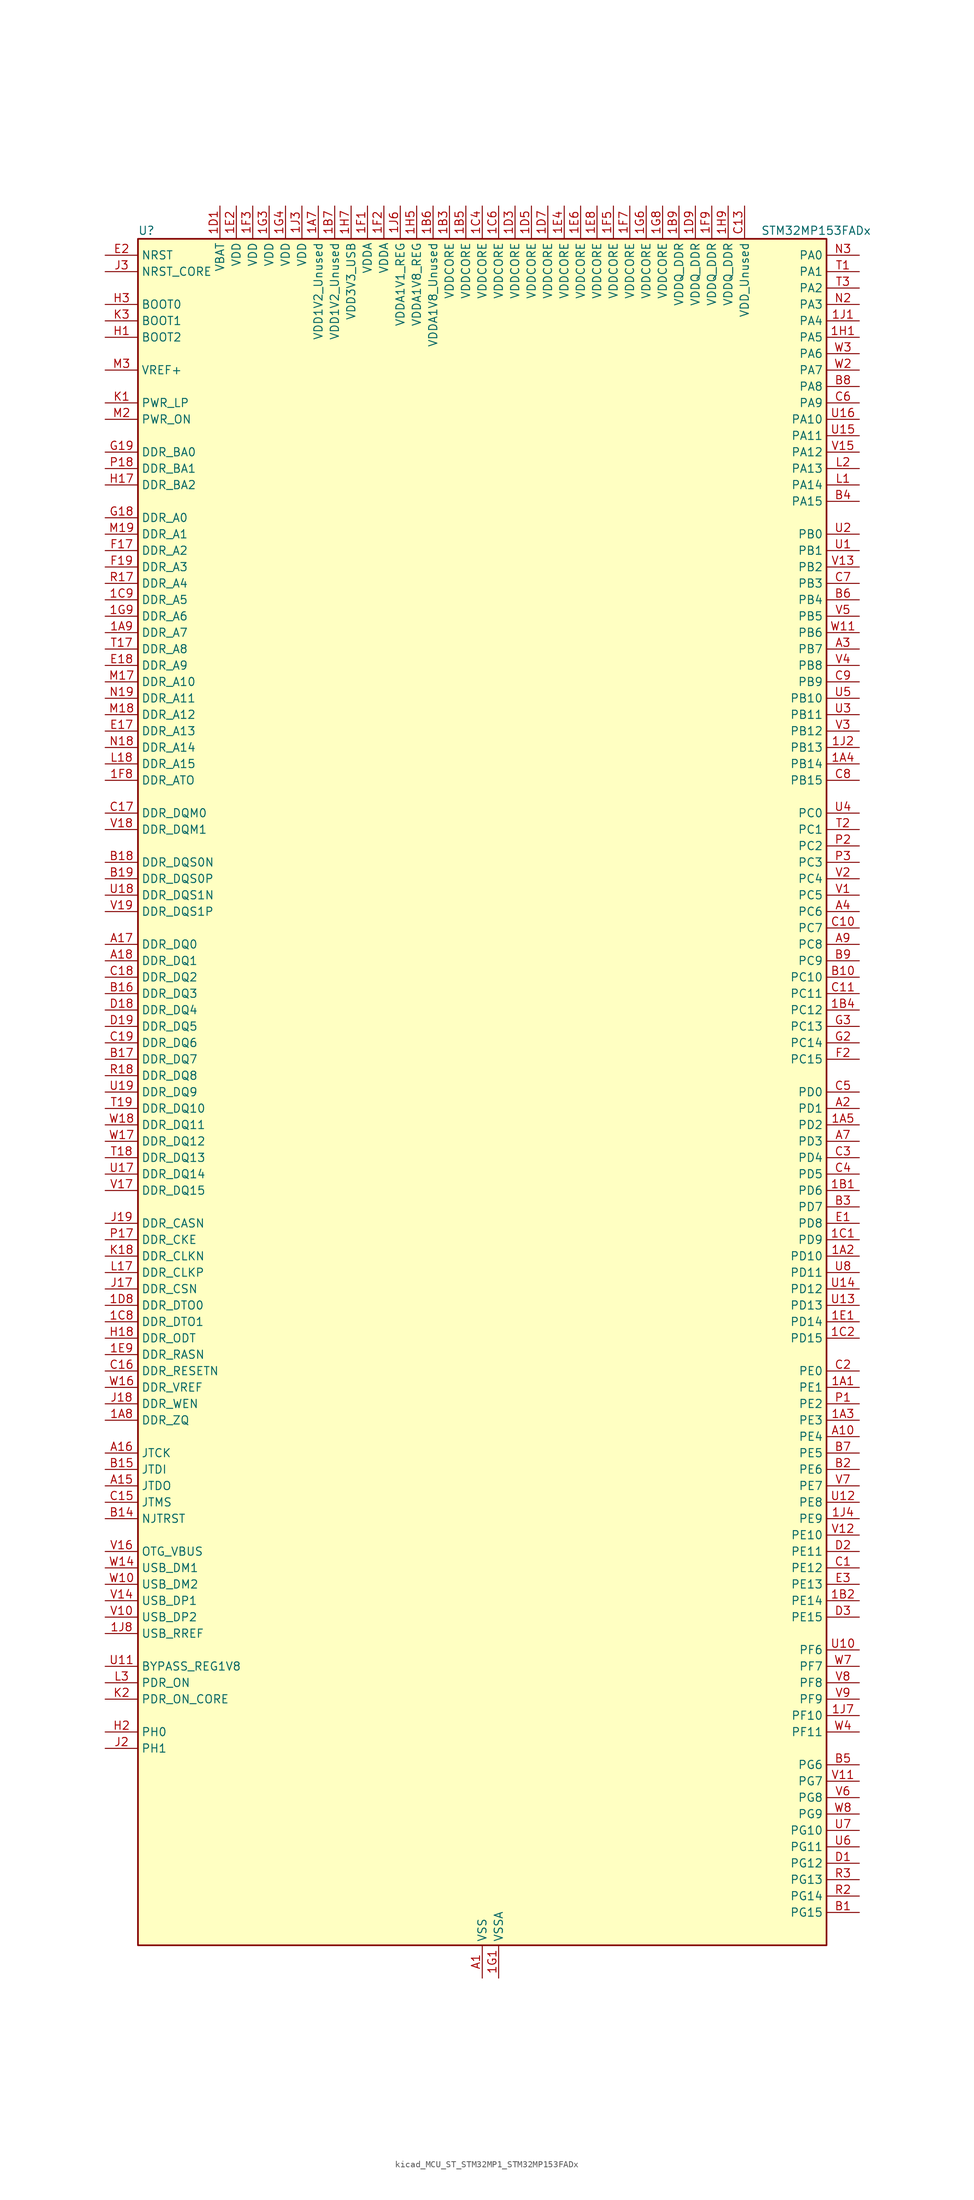
<source format=kicad_sym>
(kicad_symbol_lib
  (version 20220914)
  (generator kicad_symbol_editor)
  (symbol "kicad_MCU_ST_STM32MP1_STM32MP153FADx"
    (property "Reference" "U"
      (at -53.34 133.35 0)
      (effects (font (size 1.27 1.27)) (justify left)))
    (property "Value" "STM32MP153FADx"
      (at 43.18 133.35 0)
      (effects (font (size 1.27 1.27)) (justify left)))
    (property "ki_locked" ""
      (at 0 0 0)
      (effects (font (size 1.27 1.27))))
    (symbol "kicad_MCU_ST_STM32MP1_STM32MP153FADx_0_1"
      (rectangle (start -53.34 -132.08) (end 53.34 132.08) (stroke (width 0.254) (type default)) (fill (type background))))
    (symbol "kicad_MCU_ST_STM32MP1_STM32MP153FADx_1_1"
      (pin bidirectional line (at 58.42 -45.72 180) (length 5.08) (name "PE1" (effects (font (size 1.27 1.27)))) (number "1A1" (effects (font (size 1.27 1.27)))) (alternate "DCMI_D3" bidirectional line) (alternate "FMC_NBL1" bidirectional line) (alternate "I2S2_MCK" bidirectional line) (alternate "LPTIM1_IN2" bidirectional line) (alternate "SAI3_SD_B" bidirectional line) (alternate "UART8_TX" bidirectional line))
      (pin bidirectional line (at 58.42 -25.4 180) (length 5.08) (name "PD10" (effects (font (size 1.27 1.27)))) (number "1A2" (effects (font (size 1.27 1.27)))) (alternate "DFSDM1_CKOUT" bidirectional line) (alternate "FMC_D15" bidirectional line) (alternate "FMC_DA15" bidirectional line) (alternate "I2C5_SMBA" bidirectional line) (alternate "I2S3_SDI" bidirectional line) (alternate "LTDC_B3" bidirectional line) (alternate "RTC_REFIN" bidirectional line) (alternate "SAI3_FS_B" bidirectional line) (alternate "SPI3_MISO" bidirectional line) (alternate "TIM16_BKIN" bidirectional line) (alternate "USART3_CK" bidirectional line))
      (pin bidirectional line (at 58.42 -50.8 180) (length 5.08) (name "PE3" (effects (font (size 1.27 1.27)))) (number "1A3" (effects (font (size 1.27 1.27)))) (alternate "DEBUG_TRACED0" bidirectional line) (alternate "FMC_A19" bidirectional line) (alternate "SAI1_SD_B" bidirectional line) (alternate "SDMMC2_CK" bidirectional line) (alternate "TIM15_BKIN" bidirectional line))
      (pin bidirectional line (at 58.42 50.8 180) (length 5.08) (name "PB14" (effects (font (size 1.27 1.27)))) (number "1A4" (effects (font (size 1.27 1.27)))) (alternate "DFSDM1_DATIN2" bidirectional line) (alternate "I2S2_SDI" bidirectional line) (alternate "SDMMC2_D0" bidirectional line) (alternate "SPI2_MISO" bidirectional line) (alternate "TIM12_CH1" bidirectional line) (alternate "TIM1_CH2N" bidirectional line) (alternate "TIM8_CH2N" bidirectional line) (alternate "USART1_TX" bidirectional line) (alternate "USART3_DE" bidirectional line) (alternate "USART3_RTS" bidirectional line))
      (pin bidirectional line (at 58.42 -5.08 180) (length 5.08) (name "PD2" (effects (font (size 1.27 1.27)))) (number "1A5" (effects (font (size 1.27 1.27)))) (alternate "DCMI_D11" bidirectional line) (alternate "I2C5_SMBA" bidirectional line) (alternate "SDMMC1_CMD" bidirectional line) (alternate "TIM3_ETR" bidirectional line) (alternate "UART4_RX" bidirectional line) (alternate "UART5_RX" bidirectional line))
      (pin passive line (at 0 -137.16 90) (length 5.08) hide (name "VSS" (effects (font (size 1.27 1.27)))) (number "1A6" (effects (font (size 1.27 1.27)))))
      (pin power_in line (at -25.4 137.16 270) (length 5.08) (name "VDD1V2_Unused" (effects (font (size 1.27 1.27)))) (number "1A7" (effects (font (size 1.27 1.27)))))
      (pin bidirectional line (at -58.42 -50.8 0) (length 5.08) (name "DDR_ZQ" (effects (font (size 1.27 1.27)))) (number "1A8" (effects (font (size 1.27 1.27)))) (alternate "DDR_ZQ" bidirectional line))
      (pin bidirectional line (at -58.42 71.12 0) (length 5.08) (name "DDR_A7" (effects (font (size 1.27 1.27)))) (number "1A9" (effects (font (size 1.27 1.27)))) (alternate "DDR_A7" bidirectional line))
      (pin bidirectional line (at 58.42 -15.24 180) (length 5.08) (name "PD6" (effects (font (size 1.27 1.27)))) (number "1B1" (effects (font (size 1.27 1.27)))) (alternate "DCMI_D10" bidirectional line) (alternate "DFSDM1_CKIN4" bidirectional line) (alternate "DFSDM1_DATIN1" bidirectional line) (alternate "FMC_NWAIT" bidirectional line) (alternate "I2S3_SDO" bidirectional line) (alternate "LTDC_B2" bidirectional line) (alternate "SAI1_D1" bidirectional line) (alternate "SAI1_SD_A" bidirectional line) (alternate "SPI3_MOSI" bidirectional line) (alternate "TIM16_CH1N" bidirectional line) (alternate "USART2_RX" bidirectional line))
      (pin bidirectional line (at 58.42 -78.74 180) (length 5.08) (name "PE14" (effects (font (size 1.27 1.27)))) (number "1B2" (effects (font (size 1.27 1.27)))) (alternate "FMC_D11" bidirectional line) (alternate "FMC_DA11" bidirectional line) (alternate "LTDC_CLK" bidirectional line) (alternate "LTDC_G0" bidirectional line) (alternate "SAI2_MCLK_B" bidirectional line) (alternate "SDMMC1_D123DIR" bidirectional line) (alternate "SPI4_MOSI" bidirectional line) (alternate "TIM1_CH4" bidirectional line) (alternate "UART8_DE" bidirectional line) (alternate "UART8_RTS" bidirectional line))
      (pin power_in line (at -5.08 137.16 270) (length 5.08) (name "VDDCORE" (effects (font (size 1.27 1.27)))) (number "1B3" (effects (font (size 1.27 1.27)))))
      (pin bidirectional line (at 58.42 12.7 180) (length 5.08) (name "PC12" (effects (font (size 1.27 1.27)))) (number "1B4" (effects (font (size 1.27 1.27)))) (alternate "DCMI_D9" bidirectional line) (alternate "DEBUG_TRACECLK" bidirectional line) (alternate "I2S3_SDO" bidirectional line) (alternate "RCC_MCO_2" bidirectional line) (alternate "SAI4_D3" bidirectional line) (alternate "SAI4_SD_B" bidirectional line) (alternate "SDMMC1_CK" bidirectional line) (alternate "SPI3_MOSI" bidirectional line) (alternate "UART5_TX" bidirectional line) (alternate "USART3_CK" bidirectional line))
      (pin power_in line (at -2.54 137.16 270) (length 5.08) (name "VDDCORE" (effects (font (size 1.27 1.27)))) (number "1B5" (effects (font (size 1.27 1.27)))))
      (pin power_in line (at -7.62 137.16 270) (length 5.08) (name "VDDA1V8_Unused" (effects (font (size 1.27 1.27)))) (number "1B6" (effects (font (size 1.27 1.27)))))
      (pin power_in line (at -22.86 137.16 270) (length 5.08) (name "VDD1V2_Unused" (effects (font (size 1.27 1.27)))) (number "1B7" (effects (font (size 1.27 1.27)))))
      (pin passive line (at 0 -137.16 90) (length 5.08) hide (name "VSS" (effects (font (size 1.27 1.27)))) (number "1B8" (effects (font (size 1.27 1.27)))))
      (pin power_in line (at 30.48 137.16 270) (length 5.08) (name "VDDQ_DDR" (effects (font (size 1.27 1.27)))) (number "1B9" (effects (font (size 1.27 1.27)))))
      (pin bidirectional line (at 58.42 -22.86 180) (length 5.08) (name "PD9" (effects (font (size 1.27 1.27)))) (number "1C1" (effects (font (size 1.27 1.27)))) (alternate "DAC1_EXTI9" bidirectional line) (alternate "DCMI_HSYNC" bidirectional line) (alternate "DFSDM1_DATIN3" bidirectional line) (alternate "FMC_D14" bidirectional line) (alternate "FMC_DA14" bidirectional line) (alternate "LTDC_B0" bidirectional line) (alternate "SAI3_SD_B" bidirectional line) (alternate "USART3_RX" bidirectional line))
      (pin bidirectional line (at 58.42 -38.1 180) (length 5.08) (name "PD15" (effects (font (size 1.27 1.27)))) (number "1C2" (effects (font (size 1.27 1.27)))) (alternate "ADC1_EXTI15" bidirectional line) (alternate "ADC2_EXTI15" bidirectional line) (alternate "FMC_D1" bidirectional line) (alternate "FMC_DA1" bidirectional line) (alternate "LTDC_R1" bidirectional line) (alternate "SAI3_MCLK_A" bidirectional line) (alternate "TIM4_CH4" bidirectional line) (alternate "UART8_CTS" bidirectional line))
      (pin passive line (at 0 -137.16 90) (length 5.08) hide (name "VSS" (effects (font (size 1.27 1.27)))) (number "1C3" (effects (font (size 1.27 1.27)))))
      (pin power_in line (at 0 137.16 270) (length 5.08) (name "VDDCORE" (effects (font (size 1.27 1.27)))) (number "1C4" (effects (font (size 1.27 1.27)))))
      (pin passive line (at 0 -137.16 90) (length 5.08) hide (name "VSS" (effects (font (size 1.27 1.27)))) (number "1C5" (effects (font (size 1.27 1.27)))))
      (pin power_in line (at 2.54 137.16 270) (length 5.08) (name "VDDCORE" (effects (font (size 1.27 1.27)))) (number "1C6" (effects (font (size 1.27 1.27)))))
      (pin passive line (at 0 -137.16 90) (length 5.08) hide (name "VSS" (effects (font (size 1.27 1.27)))) (number "1C7" (effects (font (size 1.27 1.27)))))
      (pin bidirectional line (at -58.42 -35.56 0) (length 5.08) (name "DDR_DTO1" (effects (font (size 1.27 1.27)))) (number "1C8" (effects (font (size 1.27 1.27)))) (alternate "DDR_DTO1" bidirectional line))
      (pin bidirectional line (at -58.42 76.2 0) (length 5.08) (name "DDR_A5" (effects (font (size 1.27 1.27)))) (number "1C9" (effects (font (size 1.27 1.27)))) (alternate "DDR_A5" bidirectional line))
      (pin power_in line (at -40.64 137.16 270) (length 5.08) (name "VBAT" (effects (font (size 1.27 1.27)))) (number "1D1" (effects (font (size 1.27 1.27)))))
      (pin passive line (at 0 -137.16 90) (length 5.08) hide (name "VSS" (effects (font (size 1.27 1.27)))) (number "1D2" (effects (font (size 1.27 1.27)))))
      (pin power_in line (at 5.08 137.16 270) (length 5.08) (name "VDDCORE" (effects (font (size 1.27 1.27)))) (number "1D3" (effects (font (size 1.27 1.27)))))
      (pin passive line (at 0 -137.16 90) (length 5.08) hide (name "VSS" (effects (font (size 1.27 1.27)))) (number "1D4" (effects (font (size 1.27 1.27)))))
      (pin power_in line (at 7.62 137.16 270) (length 5.08) (name "VDDCORE" (effects (font (size 1.27 1.27)))) (number "1D5" (effects (font (size 1.27 1.27)))))
      (pin passive line (at 0 -137.16 90) (length 5.08) hide (name "VSS" (effects (font (size 1.27 1.27)))) (number "1D6" (effects (font (size 1.27 1.27)))))
      (pin power_in line (at 10.16 137.16 270) (length 5.08) (name "VDDCORE" (effects (font (size 1.27 1.27)))) (number "1D7" (effects (font (size 1.27 1.27)))))
      (pin bidirectional line (at -58.42 -33.02 0) (length 5.08) (name "DDR_DTO0" (effects (font (size 1.27 1.27)))) (number "1D8" (effects (font (size 1.27 1.27)))) (alternate "DDR_DTO0" bidirectional line))
      (pin power_in line (at 33.02 137.16 270) (length 5.08) (name "VDDQ_DDR" (effects (font (size 1.27 1.27)))) (number "1D9" (effects (font (size 1.27 1.27)))))
      (pin bidirectional line (at 58.42 -35.56 180) (length 5.08) (name "PD14" (effects (font (size 1.27 1.27)))) (number "1E1" (effects (font (size 1.27 1.27)))) (alternate "FMC_D0" bidirectional line) (alternate "FMC_DA0" bidirectional line) (alternate "SAI3_MCLK_B" bidirectional line) (alternate "TIM4_CH3" bidirectional line) (alternate "UART8_CTS" bidirectional line))
      (pin power_in line (at -38.1 137.16 270) (length 5.08) (name "VDD" (effects (font (size 1.27 1.27)))) (number "1E2" (effects (font (size 1.27 1.27)))))
      (pin passive line (at 0 -137.16 90) (length 5.08) hide (name "VSS" (effects (font (size 1.27 1.27)))) (number "1E3" (effects (font (size 1.27 1.27)))))
      (pin power_in line (at 12.7 137.16 270) (length 5.08) (name "VDDCORE" (effects (font (size 1.27 1.27)))) (number "1E4" (effects (font (size 1.27 1.27)))))
      (pin passive line (at 0 -137.16 90) (length 5.08) hide (name "VSS" (effects (font (size 1.27 1.27)))) (number "1E5" (effects (font (size 1.27 1.27)))))
      (pin power_in line (at 15.24 137.16 270) (length 5.08) (name "VDDCORE" (effects (font (size 1.27 1.27)))) (number "1E6" (effects (font (size 1.27 1.27)))))
      (pin passive line (at 0 -137.16 90) (length 5.08) hide (name "VSS" (effects (font (size 1.27 1.27)))) (number "1E7" (effects (font (size 1.27 1.27)))))
      (pin power_in line (at 17.78 137.16 270) (length 5.08) (name "VDDCORE" (effects (font (size 1.27 1.27)))) (number "1E8" (effects (font (size 1.27 1.27)))))
      (pin bidirectional line (at -58.42 -40.64 0) (length 5.08) (name "DDR_RASN" (effects (font (size 1.27 1.27)))) (number "1E9" (effects (font (size 1.27 1.27)))) (alternate "DDR_RASN" bidirectional line))
      (pin power_in line (at -17.78 137.16 270) (length 5.08) (name "VDDA" (effects (font (size 1.27 1.27)))) (number "1F1" (effects (font (size 1.27 1.27)))))
      (pin power_in line (at -15.24 137.16 270) (length 5.08) (name "VDDA" (effects (font (size 1.27 1.27)))) (number "1F2" (effects (font (size 1.27 1.27)))))
      (pin power_in line (at -35.56 137.16 270) (length 5.08) (name "VDD" (effects (font (size 1.27 1.27)))) (number "1F3" (effects (font (size 1.27 1.27)))))
      (pin passive line (at 0 -137.16 90) (length 5.08) hide (name "VSS" (effects (font (size 1.27 1.27)))) (number "1F4" (effects (font (size 1.27 1.27)))))
      (pin power_in line (at 20.32 137.16 270) (length 5.08) (name "VDDCORE" (effects (font (size 1.27 1.27)))) (number "1F5" (effects (font (size 1.27 1.27)))))
      (pin passive line (at 0 -137.16 90) (length 5.08) hide (name "VSS" (effects (font (size 1.27 1.27)))) (number "1F6" (effects (font (size 1.27 1.27)))))
      (pin power_in line (at 22.86 137.16 270) (length 5.08) (name "VDDCORE" (effects (font (size 1.27 1.27)))) (number "1F7" (effects (font (size 1.27 1.27)))))
      (pin bidirectional line (at -58.42 48.26 0) (length 5.08) (name "DDR_ATO" (effects (font (size 1.27 1.27)))) (number "1F8" (effects (font (size 1.27 1.27)))) (alternate "DDR_ATO" bidirectional line))
      (pin power_in line (at 35.56 137.16 270) (length 5.08) (name "VDDQ_DDR" (effects (font (size 1.27 1.27)))) (number "1F9" (effects (font (size 1.27 1.27)))))
      (pin power_in line (at 2.54 -137.16 90) (length 5.08) (name "VSSA" (effects (font (size 1.27 1.27)))) (number "1G1" (effects (font (size 1.27 1.27)))))
      (pin passive line (at 0 -137.16 90) (length 5.08) hide (name "VSS" (effects (font (size 1.27 1.27)))) (number "1G2" (effects (font (size 1.27 1.27)))))
      (pin power_in line (at -33.02 137.16 270) (length 5.08) (name "VDD" (effects (font (size 1.27 1.27)))) (number "1G3" (effects (font (size 1.27 1.27)))))
      (pin power_in line (at -30.48 137.16 270) (length 5.08) (name "VDD" (effects (font (size 1.27 1.27)))) (number "1G4" (effects (font (size 1.27 1.27)))))
      (pin passive line (at 0 -137.16 90) (length 5.08) hide (name "VSS" (effects (font (size 1.27 1.27)))) (number "1G5" (effects (font (size 1.27 1.27)))))
      (pin power_in line (at 25.4 137.16 270) (length 5.08) (name "VDDCORE" (effects (font (size 1.27 1.27)))) (number "1G6" (effects (font (size 1.27 1.27)))))
      (pin passive line (at 0 -137.16 90) (length 5.08) hide (name "VSS" (effects (font (size 1.27 1.27)))) (number "1G7" (effects (font (size 1.27 1.27)))))
      (pin power_in line (at 27.94 137.16 270) (length 5.08) (name "VDDCORE" (effects (font (size 1.27 1.27)))) (number "1G8" (effects (font (size 1.27 1.27)))))
      (pin bidirectional line (at -58.42 73.66 0) (length 5.08) (name "DDR_A6" (effects (font (size 1.27 1.27)))) (number "1G9" (effects (font (size 1.27 1.27)))) (alternate "DDR_A6" bidirectional line))
      (pin bidirectional line (at 58.42 116.84 180) (length 5.08) (name "PA5" (effects (font (size 1.27 1.27)))) (number "1H1" (effects (font (size 1.27 1.27)))) (alternate "ADC1_INN18" bidirectional line) (alternate "ADC1_INP19" bidirectional line) (alternate "ADC2_INN18" bidirectional line) (alternate "ADC2_INP19" bidirectional line) (alternate "DAC1_OUT2" bidirectional line) (alternate "I2S1_CK" bidirectional line) (alternate "LTDC_R4" bidirectional line) (alternate "SAI4_CK1" bidirectional line) (alternate "SAI4_MCLK_A" bidirectional line) (alternate "SPI1_SCK" bidirectional line) (alternate "SPI6_SCK" bidirectional line) (alternate "TIM2_CH1" bidirectional line) (alternate "TIM2_ETR" bidirectional line) (alternate "TIM8_CH1N" bidirectional line))
      (pin passive line (at 0 -137.16 90) (length 5.08) hide (name "VSS" (effects (font (size 1.27 1.27)))) (number "1H2" (effects (font (size 1.27 1.27)))))
      (pin passive line (at 0 -137.16 90) (length 5.08) hide (name "VSS" (effects (font (size 1.27 1.27)))) (number "1H3" (effects (font (size 1.27 1.27)))))
      (pin passive line (at 0 -137.16 90) (length 5.08) hide (name "VSS" (effects (font (size 1.27 1.27)))) (number "1H4" (effects (font (size 1.27 1.27)))))
      (pin power_in line (at -10.16 137.16 270) (length 5.08) (name "VDDA1V8_REG" (effects (font (size 1.27 1.27)))) (number "1H5" (effects (font (size 1.27 1.27)))))
      (pin passive line (at 0 -137.16 90) (length 5.08) hide (name "VSS" (effects (font (size 1.27 1.27)))) (number "1H6" (effects (font (size 1.27 1.27)))))
      (pin power_in line (at -20.32 137.16 270) (length 5.08) (name "VDD3V3_USB" (effects (font (size 1.27 1.27)))) (number "1H7" (effects (font (size 1.27 1.27)))))
      (pin passive line (at 0 -137.16 90) (length 5.08) hide (name "VSS" (effects (font (size 1.27 1.27)))) (number "1H8" (effects (font (size 1.27 1.27)))))
      (pin power_in line (at 38.1 137.16 270) (length 5.08) (name "VDDQ_DDR" (effects (font (size 1.27 1.27)))) (number "1H9" (effects (font (size 1.27 1.27)))))
      (pin bidirectional line (at 58.42 119.38 180) (length 5.08) (name "PA4" (effects (font (size 1.27 1.27)))) (number "1J1" (effects (font (size 1.27 1.27)))) (alternate "ADC1_INP18" bidirectional line) (alternate "ADC2_INP18" bidirectional line) (alternate "DAC1_OUT1" bidirectional line) (alternate "DCMI_HSYNC" bidirectional line) (alternate "HDP_HDP0" bidirectional line) (alternate "I2S1_WS" bidirectional line) (alternate "I2S3_WS" bidirectional line) (alternate "LTDC_VSYNC" bidirectional line) (alternate "SAI4_D2" bidirectional line) (alternate "SAI4_FS_A" bidirectional line) (alternate "SPI1_NSS" bidirectional line) (alternate "SPI3_NSS" bidirectional line) (alternate "SPI6_NSS" bidirectional line) (alternate "TIM5_ETR" bidirectional line) (alternate "USART2_CK" bidirectional line))
      (pin bidirectional line (at 58.42 53.34 180) (length 5.08) (name "PB13" (effects (font (size 1.27 1.27)))) (number "1J2" (effects (font (size 1.27 1.27)))) (alternate "DFSDM1_CKIN1" bidirectional line) (alternate "DFSDM1_CKOUT" bidirectional line) (alternate "ETH1_TXD1" bidirectional line) (alternate "FDCAN2_TX" bidirectional line) (alternate "I2S2_CK" bidirectional line) (alternate "LPTIM2_OUT" bidirectional line) (alternate "SPI2_SCK" bidirectional line) (alternate "TIM1_CH1N" bidirectional line) (alternate "UART5_TX" bidirectional line) (alternate "USART3_CTS" bidirectional line) (alternate "USART3_NSS" bidirectional line))
      (pin power_in line (at -27.94 137.16 270) (length 5.08) (name "VDD" (effects (font (size 1.27 1.27)))) (number "1J3" (effects (font (size 1.27 1.27)))))
      (pin bidirectional line (at 58.42 -66.04 180) (length 5.08) (name "PE9" (effects (font (size 1.27 1.27)))) (number "1J4" (effects (font (size 1.27 1.27)))) (alternate "DAC1_EXTI9" bidirectional line) (alternate "DFSDM1_CKOUT" bidirectional line) (alternate "FMC_D6" bidirectional line) (alternate "FMC_DA6" bidirectional line) (alternate "QUADSPI_BK2_IO2" bidirectional line) (alternate "TIM1_CH1" bidirectional line) (alternate "UART7_DE" bidirectional line) (alternate "UART7_RTS" bidirectional line))
      (pin passive line (at 0 -137.16 90) (length 5.08) hide (name "VSS" (effects (font (size 1.27 1.27)))) (number "1J5" (effects (font (size 1.27 1.27)))))
      (pin power_in line (at -12.7 137.16 270) (length 5.08) (name "VDDA1V1_REG" (effects (font (size 1.27 1.27)))) (number "1J6" (effects (font (size 1.27 1.27)))))
      (pin bidirectional line (at 58.42 -96.52 180) (length 5.08) (name "PF10" (effects (font (size 1.27 1.27)))) (number "1J7" (effects (font (size 1.27 1.27)))) (alternate "DCMI_D11" bidirectional line) (alternate "LTDC_DE" bidirectional line) (alternate "QUADSPI_CLK" bidirectional line) (alternate "SAI1_D3" bidirectional line) (alternate "SAI1_D4" bidirectional line) (alternate "SAI4_D3" bidirectional line) (alternate "SAI4_D4" bidirectional line) (alternate "TIM16_BKIN" bidirectional line))
      (pin bidirectional line (at -58.42 -83.82 0) (length 5.08) (name "USB_RREF" (effects (font (size 1.27 1.27)))) (number "1J8" (effects (font (size 1.27 1.27)))))
      (pin passive line (at 0 -137.16 90) (length 5.08) hide (name "VSS" (effects (font (size 1.27 1.27)))) (number "1J9" (effects (font (size 1.27 1.27)))))
      (pin power_in line (at 0 -137.16 90) (length 5.08) (name "VSS" (effects (font (size 1.27 1.27)))) (number "A1" (effects (font (size 1.27 1.27)))))
      (pin bidirectional line (at 58.42 -53.34 180) (length 5.08) (name "PE4" (effects (font (size 1.27 1.27)))) (number "A10" (effects (font (size 1.27 1.27)))) (alternate "DCMI_D4" bidirectional line) (alternate "DEBUG_TRACED1" bidirectional line) (alternate "DFSDM1_DATIN3" bidirectional line) (alternate "FMC_A20" bidirectional line) (alternate "LTDC_B0" bidirectional line) (alternate "SAI1_D2" bidirectional line) (alternate "SAI1_FS_A" bidirectional line) (alternate "SDMMC1_CKIN" bidirectional line) (alternate "SDMMC1_D4" bidirectional line) (alternate "SDMMC2_CKIN" bidirectional line) (alternate "SDMMC2_D4" bidirectional line) (alternate "SPI4_NSS" bidirectional line) (alternate "TIM15_CH1N" bidirectional line))
      (pin no_connect line (at -53.34 -132.08 0) (length 5.08) hide (name "DNU" (effects (font (size 1.27 1.27)))) (number "A12" (effects (font (size 1.27 1.27)))))
      (pin no_connect line (at -53.34 -129.54 0) (length 5.08) hide (name "DNU" (effects (font (size 1.27 1.27)))) (number "A13" (effects (font (size 1.27 1.27)))))
      (pin bidirectional line (at -58.42 -60.96 0) (length 5.08) (name "JTDO" (effects (font (size 1.27 1.27)))) (number "A15" (effects (font (size 1.27 1.27)))) (alternate "DEBUG_JTDO-SWO" bidirectional line))
      (pin bidirectional line (at -58.42 -55.88 0) (length 5.08) (name "JTCK" (effects (font (size 1.27 1.27)))) (number "A16" (effects (font (size 1.27 1.27)))) (alternate "DEBUG_JTCK-SWCLK" bidirectional line))
      (pin bidirectional line (at -58.42 22.86 0) (length 5.08) (name "DDR_DQ0" (effects (font (size 1.27 1.27)))) (number "A17" (effects (font (size 1.27 1.27)))) (alternate "DDR_DQ0" bidirectional line))
      (pin bidirectional line (at -58.42 20.32 0) (length 5.08) (name "DDR_DQ1" (effects (font (size 1.27 1.27)))) (number "A18" (effects (font (size 1.27 1.27)))) (alternate "DDR_DQ1" bidirectional line))
      (pin passive line (at 0 -137.16 90) (length 5.08) hide (name "VSS" (effects (font (size 1.27 1.27)))) (number "A19" (effects (font (size 1.27 1.27)))))
      (pin bidirectional line (at 58.42 -2.54 180) (length 5.08) (name "PD1" (effects (font (size 1.27 1.27)))) (number "A2" (effects (font (size 1.27 1.27)))) (alternate "DFSDM1_CKIN7" bidirectional line) (alternate "DFSDM1_DATIN6" bidirectional line) (alternate "FDCAN1_TX" bidirectional line) (alternate "FMC_D3" bidirectional line) (alternate "FMC_DA3" bidirectional line) (alternate "I2C5_SCL" bidirectional line) (alternate "I2C6_SCL" bidirectional line) (alternate "SAI3_SD_A" bidirectional line) (alternate "SDMMC3_D0" bidirectional line) (alternate "UART4_TX" bidirectional line))
      (pin bidirectional line (at 58.42 68.58 180) (length 5.08) (name "PB7" (effects (font (size 1.27 1.27)))) (number "A3" (effects (font (size 1.27 1.27)))) (alternate "DCMI_VSYNC" bidirectional line) (alternate "DFSDM1_CKIN5" bidirectional line) (alternate "FMC_NL" bidirectional line) (alternate "I2C1_SDA" bidirectional line) (alternate "I2C4_SDA" bidirectional line) (alternate "SDMMC2_D1" bidirectional line) (alternate "TIM17_CH1N" bidirectional line) (alternate "TIM4_CH2" bidirectional line) (alternate "USART1_RX" bidirectional line))
      (pin bidirectional line (at 58.42 27.94 180) (length 5.08) (name "PC6" (effects (font (size 1.27 1.27)))) (number "A4" (effects (font (size 1.27 1.27)))) (alternate "DCMI_D0" bidirectional line) (alternate "DFSDM1_CKIN3" bidirectional line) (alternate "HDP_HDP1" bidirectional line) (alternate "I2S2_MCK" bidirectional line) (alternate "LTDC_HSYNC" bidirectional line) (alternate "SDMMC1_D0DIR" bidirectional line) (alternate "SDMMC1_D6" bidirectional line) (alternate "SDMMC2_D0DIR" bidirectional line) (alternate "SDMMC2_D6" bidirectional line) (alternate "TIM3_CH1" bidirectional line) (alternate "TIM8_CH1" bidirectional line) (alternate "USART6_TX" bidirectional line))
      (pin passive line (at 0 -137.16 90) (length 5.08) hide (name "VSS" (effects (font (size 1.27 1.27)))) (number "A6" (effects (font (size 1.27 1.27)))))
      (pin bidirectional line (at 58.42 -7.62 180) (length 5.08) (name "PD3" (effects (font (size 1.27 1.27)))) (number "A7" (effects (font (size 1.27 1.27)))) (alternate "DCMI_D5" bidirectional line) (alternate "DFSDM1_CKOUT" bidirectional line) (alternate "DFSDM1_DATIN0" bidirectional line) (alternate "FMC_CLK" bidirectional line) (alternate "HDP_HDP5" bidirectional line) (alternate "I2S2_CK" bidirectional line) (alternate "LTDC_G7" bidirectional line) (alternate "SDMMC1_D123DIR" bidirectional line) (alternate "SDMMC1_D7" bidirectional line) (alternate "SDMMC2_D123DIR" bidirectional line) (alternate "SDMMC2_D7" bidirectional line) (alternate "SPI2_SCK" bidirectional line) (alternate "USART2_CTS" bidirectional line) (alternate "USART2_NSS" bidirectional line))
      (pin bidirectional line (at 58.42 22.86 180) (length 5.08) (name "PC8" (effects (font (size 1.27 1.27)))) (number "A9" (effects (font (size 1.27 1.27)))) (alternate "DCMI_D2" bidirectional line) (alternate "DEBUG_TRACED0" bidirectional line) (alternate "SDMMC1_D0" bidirectional line) (alternate "TIM3_CH3" bidirectional line) (alternate "TIM8_CH3" bidirectional line) (alternate "UART4_TX" bidirectional line) (alternate "UART5_DE" bidirectional line) (alternate "UART5_RTS" bidirectional line) (alternate "USART6_CK" bidirectional line))
      (pin bidirectional line (at 58.42 -127 180) (length 5.08) (name "PG15" (effects (font (size 1.27 1.27)))) (number "B1" (effects (font (size 1.27 1.27)))) (alternate "ADC1_EXTI15" bidirectional line) (alternate "ADC2_EXTI15" bidirectional line) (alternate "DCMI_D13" bidirectional line) (alternate "DEBUG_TRACED7" bidirectional line) (alternate "I2C2_SDA" bidirectional line) (alternate "SAI1_D2" bidirectional line) (alternate "SAI1_FS_A" bidirectional line) (alternate "SDMMC3_CK" bidirectional line) (alternate "USART6_CTS" bidirectional line) (alternate "USART6_NSS" bidirectional line))
      (pin bidirectional line (at 58.42 17.78 180) (length 5.08) (name "PC10" (effects (font (size 1.27 1.27)))) (number "B10" (effects (font (size 1.27 1.27)))) (alternate "DCMI_D8" bidirectional line) (alternate "DEBUG_TRACED2" bidirectional line) (alternate "DFSDM1_CKIN5" bidirectional line) (alternate "I2S3_CK" bidirectional line) (alternate "LTDC_R2" bidirectional line) (alternate "QUADSPI_BK1_IO1" bidirectional line) (alternate "SAI4_MCLK_B" bidirectional line) (alternate "SDMMC1_D2" bidirectional line) (alternate "SPI3_SCK" bidirectional line) (alternate "UART4_TX" bidirectional line) (alternate "USART3_TX" bidirectional line))
      (pin no_connect line (at -53.34 -127 0) (length 5.08) hide (name "DNU" (effects (font (size 1.27 1.27)))) (number "B11" (effects (font (size 1.27 1.27)))))
      (pin no_connect line (at -53.34 -124.46 0) (length 5.08) hide (name "DNU" (effects (font (size 1.27 1.27)))) (number "B12" (effects (font (size 1.27 1.27)))))
      (pin no_connect line (at -53.34 -121.92 0) (length 5.08) hide (name "DNU" (effects (font (size 1.27 1.27)))) (number "B13" (effects (font (size 1.27 1.27)))))
      (pin bidirectional line (at -58.42 -66.04 0) (length 5.08) (name "NJTRST" (effects (font (size 1.27 1.27)))) (number "B14" (effects (font (size 1.27 1.27)))) (alternate "DEBUG_JTRST" bidirectional line))
      (pin bidirectional line (at -58.42 -58.42 0) (length 5.08) (name "JTDI" (effects (font (size 1.27 1.27)))) (number "B15" (effects (font (size 1.27 1.27)))) (alternate "DEBUG_JTDI" bidirectional line))
      (pin bidirectional line (at -58.42 15.24 0) (length 5.08) (name "DDR_DQ3" (effects (font (size 1.27 1.27)))) (number "B16" (effects (font (size 1.27 1.27)))) (alternate "DDR_DQ3" bidirectional line))
      (pin bidirectional line (at -58.42 5.08 0) (length 5.08) (name "DDR_DQ7" (effects (font (size 1.27 1.27)))) (number "B17" (effects (font (size 1.27 1.27)))) (alternate "DDR_DQ7" bidirectional line))
      (pin bidirectional line (at -58.42 35.56 0) (length 5.08) (name "DDR_DQS0N" (effects (font (size 1.27 1.27)))) (number "B18" (effects (font (size 1.27 1.27)))) (alternate "DDR_DQS0N" bidirectional line))
      (pin bidirectional line (at -58.42 33.02 0) (length 5.08) (name "DDR_DQS0P" (effects (font (size 1.27 1.27)))) (number "B19" (effects (font (size 1.27 1.27)))) (alternate "DDR_DQS0P" bidirectional line))
      (pin bidirectional line (at 58.42 -58.42 180) (length 5.08) (name "PE6" (effects (font (size 1.27 1.27)))) (number "B2" (effects (font (size 1.27 1.27)))) (alternate "DCMI_D7" bidirectional line) (alternate "DEBUG_TRACED2" bidirectional line) (alternate "FMC_A22" bidirectional line) (alternate "LTDC_G1" bidirectional line) (alternate "SAI1_D1" bidirectional line) (alternate "SAI1_SD_A" bidirectional line) (alternate "SAI2_MCLK_B" bidirectional line) (alternate "SDMMC1_D2" bidirectional line) (alternate "SDMMC2_D0" bidirectional line) (alternate "SPI4_MOSI" bidirectional line) (alternate "TIM15_CH2" bidirectional line) (alternate "TIM1_BKIN2" bidirectional line))
      (pin bidirectional line (at 58.42 -17.78 180) (length 5.08) (name "PD7" (effects (font (size 1.27 1.27)))) (number "B3" (effects (font (size 1.27 1.27)))) (alternate "DEBUG_TRACED6" bidirectional line) (alternate "DFSDM1_CKIN1" bidirectional line) (alternate "DFSDM1_DATIN4" bidirectional line) (alternate "FMC_NE1" bidirectional line) (alternate "I2C2_SCL" bidirectional line) (alternate "SDMMC3_D3" bidirectional line) (alternate "SPDIFRX_IN0" bidirectional line) (alternate "USART2_CK" bidirectional line))
      (pin bidirectional line (at 58.42 91.44 180) (length 5.08) (name "PA15" (effects (font (size 1.27 1.27)))) (number "B4" (effects (font (size 1.27 1.27)))) (alternate "ADC1_EXTI15" bidirectional line) (alternate "ADC2_EXTI15" bidirectional line) (alternate "CEC" bidirectional line) (alternate "DEBUG_DBTRGI" bidirectional line) (alternate "I2S1_WS" bidirectional line) (alternate "I2S3_WS" bidirectional line) (alternate "LTDC_R1" bidirectional line) (alternate "SAI4_D2" bidirectional line) (alternate "SAI4_FS_A" bidirectional line) (alternate "SDMMC1_CDIR" bidirectional line) (alternate "SDMMC1_D5" bidirectional line) (alternate "SDMMC2_CDIR" bidirectional line) (alternate "SDMMC2_D5" bidirectional line) (alternate "SPI1_NSS" bidirectional line) (alternate "SPI3_NSS" bidirectional line) (alternate "SPI6_NSS" bidirectional line) (alternate "TIM2_CH1" bidirectional line) (alternate "TIM2_ETR" bidirectional line) (alternate "UART4_DE" bidirectional line) (alternate "UART4_RTS" bidirectional line) (alternate "UART7_TX" bidirectional line))
      (pin bidirectional line (at 58.42 -104.14 180) (length 5.08) (name "PG6" (effects (font (size 1.27 1.27)))) (number "B5" (effects (font (size 1.27 1.27)))) (alternate "DCMI_D12" bidirectional line) (alternate "DEBUG_TRACED14" bidirectional line) (alternate "LTDC_R7" bidirectional line) (alternate "SDMMC2_CMD" bidirectional line) (alternate "TIM17_BKIN" bidirectional line))
      (pin bidirectional line (at 58.42 76.2 180) (length 5.08) (name "PB4" (effects (font (size 1.27 1.27)))) (number "B6" (effects (font (size 1.27 1.27)))) (alternate "DEBUG_TRACED8" bidirectional line) (alternate "I2S1_SDI" bidirectional line) (alternate "I2S2_WS" bidirectional line) (alternate "I2S3_SDI" bidirectional line) (alternate "SAI4_CK2" bidirectional line) (alternate "SAI4_SCK_A" bidirectional line) (alternate "SDMMC2_D3" bidirectional line) (alternate "SPI1_MISO" bidirectional line) (alternate "SPI2_NSS" bidirectional line) (alternate "SPI3_MISO" bidirectional line) (alternate "SPI6_MISO" bidirectional line) (alternate "TIM16_BKIN" bidirectional line) (alternate "TIM3_CH1" bidirectional line) (alternate "UART7_TX" bidirectional line))
      (pin bidirectional line (at 58.42 -55.88 180) (length 5.08) (name "PE5" (effects (font (size 1.27 1.27)))) (number "B7" (effects (font (size 1.27 1.27)))) (alternate "DCMI_D6" bidirectional line) (alternate "DEBUG_TRACED3" bidirectional line) (alternate "DFSDM1_CKIN3" bidirectional line) (alternate "FMC_A21" bidirectional line) (alternate "LTDC_G0" bidirectional line) (alternate "SAI1_CK2" bidirectional line) (alternate "SAI1_SCK_A" bidirectional line) (alternate "SDMMC1_D0DIR" bidirectional line) (alternate "SDMMC1_D6" bidirectional line) (alternate "SDMMC2_D0DIR" bidirectional line) (alternate "SDMMC2_D6" bidirectional line) (alternate "SPI4_MISO" bidirectional line) (alternate "TIM15_CH1" bidirectional line))
      (pin bidirectional line (at 58.42 109.22 180) (length 5.08) (name "PA8" (effects (font (size 1.27 1.27)))) (number "B8" (effects (font (size 1.27 1.27)))) (alternate "I2C3_SCL" bidirectional line) (alternate "I2S3_SDO" bidirectional line) (alternate "LTDC_R6" bidirectional line) (alternate "RCC_MCO_1" bidirectional line) (alternate "SAI4_SD_B" bidirectional line) (alternate "SDMMC2_CKIN" bidirectional line) (alternate "SDMMC2_D4" bidirectional line) (alternate "SPI3_MOSI" bidirectional line) (alternate "TIM1_CH1" bidirectional line) (alternate "TIM8_BKIN2" bidirectional line) (alternate "UART7_RX" bidirectional line) (alternate "USART1_CK" bidirectional line) (alternate "USB_OTG_HS_SOF" bidirectional line))
      (pin bidirectional line (at 58.42 20.32 180) (length 5.08) (name "PC9" (effects (font (size 1.27 1.27)))) (number "B9" (effects (font (size 1.27 1.27)))) (alternate "DAC1_EXTI9" bidirectional line) (alternate "DCMI_D3" bidirectional line) (alternate "DEBUG_TRACED1" bidirectional line) (alternate "I2C3_SDA" bidirectional line) (alternate "I2S_CKIN" bidirectional line) (alternate "LTDC_B2" bidirectional line) (alternate "QUADSPI_BK1_IO0" bidirectional line) (alternate "SDMMC1_D1" bidirectional line) (alternate "TIM3_CH4" bidirectional line) (alternate "TIM8_CH4" bidirectional line) (alternate "UART5_CTS" bidirectional line))
      (pin bidirectional line (at 58.42 -73.66 180) (length 5.08) (name "PE12" (effects (font (size 1.27 1.27)))) (number "C1" (effects (font (size 1.27 1.27)))) (alternate "DFSDM1_DATIN5" bidirectional line) (alternate "FMC_D9" bidirectional line) (alternate "FMC_DA9" bidirectional line) (alternate "LTDC_B4" bidirectional line) (alternate "SAI2_SCK_B" bidirectional line) (alternate "SDMMC1_D0DIR" bidirectional line) (alternate "SPI4_SCK" bidirectional line) (alternate "TIM1_CH3N" bidirectional line))
      (pin bidirectional line (at 58.42 25.4 180) (length 5.08) (name "PC7" (effects (font (size 1.27 1.27)))) (number "C10" (effects (font (size 1.27 1.27)))) (alternate "DCMI_D1" bidirectional line) (alternate "DFSDM1_DATIN3" bidirectional line) (alternate "HDP_HDP4" bidirectional line) (alternate "I2S3_MCK" bidirectional line) (alternate "LTDC_G6" bidirectional line) (alternate "SDMMC1_D123DIR" bidirectional line) (alternate "SDMMC1_D7" bidirectional line) (alternate "SDMMC2_D123DIR" bidirectional line) (alternate "SDMMC2_D7" bidirectional line) (alternate "TIM3_CH2" bidirectional line) (alternate "TIM8_CH2" bidirectional line) (alternate "USART6_RX" bidirectional line))
      (pin bidirectional line (at 58.42 15.24 180) (length 5.08) (name "PC11" (effects (font (size 1.27 1.27)))) (number "C11" (effects (font (size 1.27 1.27)))) (alternate "ADC1_EXTI11" bidirectional line) (alternate "ADC2_EXTI11" bidirectional line) (alternate "DCMI_D4" bidirectional line) (alternate "DEBUG_TRACED3" bidirectional line) (alternate "DFSDM1_DATIN5" bidirectional line) (alternate "I2S3_SDI" bidirectional line) (alternate "QUADSPI_BK2_NCS" bidirectional line) (alternate "SAI4_SCK_B" bidirectional line) (alternate "SDMMC1_D3" bidirectional line) (alternate "SPI3_MISO" bidirectional line) (alternate "UART4_RX" bidirectional line) (alternate "USART3_RX" bidirectional line))
      (pin no_connect line (at -53.34 -119.38 0) (length 5.08) hide (name "DNU" (effects (font (size 1.27 1.27)))) (number "C12" (effects (font (size 1.27 1.27)))))
      (pin power_in line (at 40.64 137.16 270) (length 5.08) (name "VDD_Unused" (effects (font (size 1.27 1.27)))) (number "C13" (effects (font (size 1.27 1.27)))))
      (pin passive line (at 0 -137.16 90) (length 5.08) hide (name "VSS" (effects (font (size 1.27 1.27)))) (number "C14" (effects (font (size 1.27 1.27)))))
      (pin bidirectional line (at -58.42 -63.5 0) (length 5.08) (name "JTMS" (effects (font (size 1.27 1.27)))) (number "C15" (effects (font (size 1.27 1.27)))) (alternate "DEBUG_JTMS-SWDIO" bidirectional line))
      (pin bidirectional line (at -58.42 -43.18 0) (length 5.08) (name "DDR_RESETN" (effects (font (size 1.27 1.27)))) (number "C16" (effects (font (size 1.27 1.27)))) (alternate "DDR_RESETN" bidirectional line))
      (pin bidirectional line (at -58.42 43.18 0) (length 5.08) (name "DDR_DQM0" (effects (font (size 1.27 1.27)))) (number "C17" (effects (font (size 1.27 1.27)))) (alternate "DDR_DQM0" bidirectional line))
      (pin bidirectional line (at -58.42 17.78 0) (length 5.08) (name "DDR_DQ2" (effects (font (size 1.27 1.27)))) (number "C18" (effects (font (size 1.27 1.27)))) (alternate "DDR_DQ2" bidirectional line))
      (pin bidirectional line (at -58.42 7.62 0) (length 5.08) (name "DDR_DQ6" (effects (font (size 1.27 1.27)))) (number "C19" (effects (font (size 1.27 1.27)))) (alternate "DDR_DQ6" bidirectional line))
      (pin bidirectional line (at 58.42 -43.18 180) (length 5.08) (name "PE0" (effects (font (size 1.27 1.27)))) (number "C2" (effects (font (size 1.27 1.27)))) (alternate "DCMI_D2" bidirectional line) (alternate "FMC_NBL0" bidirectional line) (alternate "I2S3_CK" bidirectional line) (alternate "LPTIM1_ETR" bidirectional line) (alternate "LPTIM2_ETR" bidirectional line) (alternate "SAI2_MCLK_A" bidirectional line) (alternate "SAI4_MCLK_B" bidirectional line) (alternate "SPI3_SCK" bidirectional line) (alternate "TIM4_ETR" bidirectional line) (alternate "UART8_RX" bidirectional line))
      (pin bidirectional line (at 58.42 -10.16 180) (length 5.08) (name "PD4" (effects (font (size 1.27 1.27)))) (number "C3" (effects (font (size 1.27 1.27)))) (alternate "DFSDM1_CKIN0" bidirectional line) (alternate "FMC_NOE" bidirectional line) (alternate "SAI3_FS_A" bidirectional line) (alternate "SDMMC3_D1" bidirectional line) (alternate "USART2_DE" bidirectional line) (alternate "USART2_RTS" bidirectional line))
      (pin bidirectional line (at 58.42 -12.7 180) (length 5.08) (name "PD5" (effects (font (size 1.27 1.27)))) (number "C4" (effects (font (size 1.27 1.27)))) (alternate "FMC_NWE" bidirectional line) (alternate "SDMMC3_D2" bidirectional line) (alternate "USART2_TX" bidirectional line))
      (pin bidirectional line (at 58.42 0 180) (length 5.08) (name "PD0" (effects (font (size 1.27 1.27)))) (number "C5" (effects (font (size 1.27 1.27)))) (alternate "DFSDM1_CKIN6" bidirectional line) (alternate "DFSDM1_DATIN7" bidirectional line) (alternate "FDCAN1_RX" bidirectional line) (alternate "FMC_D2" bidirectional line) (alternate "FMC_DA2" bidirectional line) (alternate "I2C5_SDA" bidirectional line) (alternate "I2C6_SDA" bidirectional line) (alternate "SAI3_SCK_A" bidirectional line) (alternate "SDMMC3_CMD" bidirectional line) (alternate "UART4_RX" bidirectional line))
      (pin bidirectional line (at 58.42 106.68 180) (length 5.08) (name "PA9" (effects (font (size 1.27 1.27)))) (number "C6" (effects (font (size 1.27 1.27)))) (alternate "DAC1_EXTI9" bidirectional line) (alternate "DCMI_D0" bidirectional line) (alternate "I2C3_SMBA" bidirectional line) (alternate "I2S2_CK" bidirectional line) (alternate "LTDC_R5" bidirectional line) (alternate "SDMMC2_CDIR" bidirectional line) (alternate "SDMMC2_D5" bidirectional line) (alternate "SPI2_SCK" bidirectional line) (alternate "TIM1_CH2" bidirectional line) (alternate "USART1_TX" bidirectional line))
      (pin bidirectional line (at 58.42 78.74 180) (length 5.08) (name "PB3" (effects (font (size 1.27 1.27)))) (number "C7" (effects (font (size 1.27 1.27)))) (alternate "DEBUG_TRACED9" bidirectional line) (alternate "I2S1_CK" bidirectional line) (alternate "I2S3_CK" bidirectional line) (alternate "SAI4_CK1" bidirectional line) (alternate "SAI4_MCLK_A" bidirectional line) (alternate "SDMMC2_D2" bidirectional line) (alternate "SPI1_SCK" bidirectional line) (alternate "SPI3_SCK" bidirectional line) (alternate "SPI6_SCK" bidirectional line) (alternate "TIM2_CH2" bidirectional line) (alternate "UART7_RX" bidirectional line))
      (pin bidirectional line (at 58.42 48.26 180) (length 5.08) (name "PB15" (effects (font (size 1.27 1.27)))) (number "C8" (effects (font (size 1.27 1.27)))) (alternate "ADC1_EXTI15" bidirectional line) (alternate "ADC2_EXTI15" bidirectional line) (alternate "DFSDM1_CKIN2" bidirectional line) (alternate "I2S2_SDO" bidirectional line) (alternate "RTC_REFIN" bidirectional line) (alternate "SDMMC2_D1" bidirectional line) (alternate "SPI2_MOSI" bidirectional line) (alternate "TIM12_CH2" bidirectional line) (alternate "TIM1_CH3N" bidirectional line) (alternate "TIM8_CH3N" bidirectional line) (alternate "USART1_RX" bidirectional line))
      (pin bidirectional line (at 58.42 63.5 180) (length 5.08) (name "PB9" (effects (font (size 1.27 1.27)))) (number "C9" (effects (font (size 1.27 1.27)))) (alternate "DAC1_EXTI9" bidirectional line) (alternate "DCMI_D7" bidirectional line) (alternate "DFSDM1_DATIN7" bidirectional line) (alternate "FDCAN1_TX" bidirectional line) (alternate "HDP_HDP7" bidirectional line) (alternate "I2C1_SDA" bidirectional line) (alternate "I2C4_SDA" bidirectional line) (alternate "I2S2_WS" bidirectional line) (alternate "LTDC_B7" bidirectional line) (alternate "SDMMC1_CDIR" bidirectional line) (alternate "SDMMC1_D5" bidirectional line) (alternate "SDMMC2_CDIR" bidirectional line) (alternate "SDMMC2_D5" bidirectional line) (alternate "SPI2_NSS" bidirectional line) (alternate "TIM17_CH1" bidirectional line) (alternate "TIM4_CH4" bidirectional line) (alternate "UART4_TX" bidirectional line))
      (pin bidirectional line (at 58.42 -119.38 180) (length 5.08) (name "PG12" (effects (font (size 1.27 1.27)))) (number "D1" (effects (font (size 1.27 1.27)))) (alternate "ETH1_PHY_INTN" bidirectional line) (alternate "FMC_NE4" bidirectional line) (alternate "LPTIM1_IN1" bidirectional line) (alternate "LTDC_B1" bidirectional line) (alternate "LTDC_B4" bidirectional line) (alternate "SAI4_CK2" bidirectional line) (alternate "SAI4_SCK_A" bidirectional line) (alternate "SPDIFRX_IN1" bidirectional line) (alternate "SPI6_MISO" bidirectional line) (alternate "USART6_DE" bidirectional line) (alternate "USART6_RTS" bidirectional line))
      (pin passive line (at 0 -137.16 90) (length 5.08) hide (name "VSS" (effects (font (size 1.27 1.27)))) (number "D17" (effects (font (size 1.27 1.27)))))
      (pin bidirectional line (at -58.42 12.7 0) (length 5.08) (name "DDR_DQ4" (effects (font (size 1.27 1.27)))) (number "D18" (effects (font (size 1.27 1.27)))) (alternate "DDR_DQ4" bidirectional line))
      (pin bidirectional line (at -58.42 10.16 0) (length 5.08) (name "DDR_DQ5" (effects (font (size 1.27 1.27)))) (number "D19" (effects (font (size 1.27 1.27)))) (alternate "DDR_DQ5" bidirectional line))
      (pin bidirectional line (at 58.42 -71.12 180) (length 5.08) (name "PE11" (effects (font (size 1.27 1.27)))) (number "D2" (effects (font (size 1.27 1.27)))) (alternate "ADC1_EXTI11" bidirectional line) (alternate "ADC2_EXTI11" bidirectional line) (alternate "DCMI_D4" bidirectional line) (alternate "DFSDM1_CKIN4" bidirectional line) (alternate "FMC_D8" bidirectional line) (alternate "FMC_DA8" bidirectional line) (alternate "LTDC_G3" bidirectional line) (alternate "SAI2_SD_B" bidirectional line) (alternate "SPI4_NSS" bidirectional line) (alternate "TIM1_CH2" bidirectional line) (alternate "USART6_CK" bidirectional line))
      (pin bidirectional line (at 58.42 -81.28 180) (length 5.08) (name "PE15" (effects (font (size 1.27 1.27)))) (number "D3" (effects (font (size 1.27 1.27)))) (alternate "ADC1_EXTI15" bidirectional line) (alternate "ADC2_EXTI15" bidirectional line) (alternate "FMC_D12" bidirectional line) (alternate "FMC_DA12" bidirectional line) (alternate "FMC_NCE2" bidirectional line) (alternate "HDP_HDP3" bidirectional line) (alternate "LTDC_R7" bidirectional line) (alternate "TIM15_BKIN" bidirectional line) (alternate "TIM1_BKIN" bidirectional line) (alternate "UART8_CTS" bidirectional line) (alternate "USART2_CTS" bidirectional line) (alternate "USART2_NSS" bidirectional line))
      (pin bidirectional line (at 58.42 -20.32 180) (length 5.08) (name "PD8" (effects (font (size 1.27 1.27)))) (number "E1" (effects (font (size 1.27 1.27)))) (alternate "DFSDM1_CKIN3" bidirectional line) (alternate "FMC_D13" bidirectional line) (alternate "FMC_DA13" bidirectional line) (alternate "LTDC_B7" bidirectional line) (alternate "SAI3_SCK_B" bidirectional line) (alternate "SPDIFRX_IN1" bidirectional line) (alternate "USART3_TX" bidirectional line))
      (pin bidirectional line (at -58.42 55.88 0) (length 5.08) (name "DDR_A13" (effects (font (size 1.27 1.27)))) (number "E17" (effects (font (size 1.27 1.27)))) (alternate "DDR_A13" bidirectional line))
      (pin bidirectional line (at -58.42 66.04 0) (length 5.08) (name "DDR_A9" (effects (font (size 1.27 1.27)))) (number "E18" (effects (font (size 1.27 1.27)))) (alternate "DDR_A9" bidirectional line))
      (pin input line (at -58.42 129.54 0) (length 5.08) (name "NRST" (effects (font (size 1.27 1.27)))) (number "E2" (effects (font (size 1.27 1.27)))))
      (pin bidirectional line (at 58.42 -76.2 180) (length 5.08) (name "PE13" (effects (font (size 1.27 1.27)))) (number "E3" (effects (font (size 1.27 1.27)))) (alternate "DCMI_D6" bidirectional line) (alternate "DFSDM1_CKIN5" bidirectional line) (alternate "FMC_D10" bidirectional line) (alternate "FMC_DA10" bidirectional line) (alternate "HDP_HDP2" bidirectional line) (alternate "LTDC_DE" bidirectional line) (alternate "SAI2_FS_B" bidirectional line) (alternate "SPI4_MISO" bidirectional line) (alternate "TIM1_CH3" bidirectional line))
      (pin bidirectional line (at -58.42 83.82 0) (length 5.08) (name "DDR_A2" (effects (font (size 1.27 1.27)))) (number "F17" (effects (font (size 1.27 1.27)))) (alternate "DDR_A2" bidirectional line))
      (pin passive line (at 0 -137.16 90) (length 5.08) hide (name "VSS" (effects (font (size 1.27 1.27)))) (number "F18" (effects (font (size 1.27 1.27)))))
      (pin bidirectional line (at -58.42 81.28 0) (length 5.08) (name "DDR_A3" (effects (font (size 1.27 1.27)))) (number "F19" (effects (font (size 1.27 1.27)))) (alternate "DDR_A3" bidirectional line))
      (pin bidirectional line (at 58.42 5.08 180) (length 5.08) (name "PC15" (effects (font (size 1.27 1.27)))) (number "F2" (effects (font (size 1.27 1.27)))) (alternate "ADC1_EXTI15" bidirectional line) (alternate "ADC2_EXTI15" bidirectional line) (alternate "RCC_OSC32_OUT" bidirectional line))
      (pin passive line (at 0 -137.16 90) (length 5.08) hide (name "VSS" (effects (font (size 1.27 1.27)))) (number "F3" (effects (font (size 1.27 1.27)))))
      (pin passive line (at 0 -137.16 90) (length 5.08) hide (name "VSS" (effects (font (size 1.27 1.27)))) (number "G1" (effects (font (size 1.27 1.27)))))
      (pin passive line (at 0 -137.16 90) (length 5.08) hide (name "VSS" (effects (font (size 1.27 1.27)))) (number "G17" (effects (font (size 1.27 1.27)))))
      (pin bidirectional line (at -58.42 88.9 0) (length 5.08) (name "DDR_A0" (effects (font (size 1.27 1.27)))) (number "G18" (effects (font (size 1.27 1.27)))) (alternate "DDR_A0" bidirectional line))
      (pin bidirectional line (at -58.42 99.06 0) (length 5.08) (name "DDR_BA0" (effects (font (size 1.27 1.27)))) (number "G19" (effects (font (size 1.27 1.27)))) (alternate "DDR_BA0" bidirectional line))
      (pin bidirectional line (at 58.42 7.62 180) (length 5.08) (name "PC14" (effects (font (size 1.27 1.27)))) (number "G2" (effects (font (size 1.27 1.27)))) (alternate "RCC_OSC32_IN" bidirectional line))
      (pin bidirectional line (at 58.42 10.16 180) (length 5.08) (name "PC13" (effects (font (size 1.27 1.27)))) (number "G3" (effects (font (size 1.27 1.27)))) (alternate "PWR_WKUP3" bidirectional line) (alternate "RTC_LSCO" bidirectional line) (alternate "RTC_TS" bidirectional line) (alternate "TAMP_IN1" bidirectional line) (alternate "TAMP_OUT2" bidirectional line) (alternate "TAMP_OUT3" bidirectional line))
      (pin input line (at -58.42 116.84 0) (length 5.08) (name "BOOT2" (effects (font (size 1.27 1.27)))) (number "H1" (effects (font (size 1.27 1.27)))))
      (pin bidirectional line (at -58.42 93.98 0) (length 5.08) (name "DDR_BA2" (effects (font (size 1.27 1.27)))) (number "H17" (effects (font (size 1.27 1.27)))) (alternate "DDR_BA2" bidirectional line))
      (pin bidirectional line (at -58.42 -38.1 0) (length 5.08) (name "DDR_ODT" (effects (font (size 1.27 1.27)))) (number "H18" (effects (font (size 1.27 1.27)))) (alternate "DDR_ODT" bidirectional line))
      (pin bidirectional line (at -58.42 -99.06 0) (length 5.08) (name "PH0" (effects (font (size 1.27 1.27)))) (number "H2" (effects (font (size 1.27 1.27)))) (alternate "RCC_OSC_IN" bidirectional line))
      (pin input line (at -58.42 121.92 0) (length 5.08) (name "BOOT0" (effects (font (size 1.27 1.27)))) (number "H3" (effects (font (size 1.27 1.27)))))
      (pin bidirectional line (at -58.42 -30.48 0) (length 5.08) (name "DDR_CSN" (effects (font (size 1.27 1.27)))) (number "J17" (effects (font (size 1.27 1.27)))) (alternate "DDR_CSN" bidirectional line))
      (pin bidirectional line (at -58.42 -48.26 0) (length 5.08) (name "DDR_WEN" (effects (font (size 1.27 1.27)))) (number "J18" (effects (font (size 1.27 1.27)))) (alternate "DDR_WEN" bidirectional line))
      (pin bidirectional line (at -58.42 -20.32 0) (length 5.08) (name "DDR_CASN" (effects (font (size 1.27 1.27)))) (number "J19" (effects (font (size 1.27 1.27)))) (alternate "DDR_CASN" bidirectional line))
      (pin bidirectional line (at -58.42 -101.6 0) (length 5.08) (name "PH1" (effects (font (size 1.27 1.27)))) (number "J2" (effects (font (size 1.27 1.27)))) (alternate "RCC_OSC_OUT" bidirectional line))
      (pin input line (at -58.42 127 0) (length 5.08) (name "NRST_CORE" (effects (font (size 1.27 1.27)))) (number "J3" (effects (font (size 1.27 1.27)))))
      (pin output line (at -58.42 106.68 0) (length 5.08) (name "PWR_LP" (effects (font (size 1.27 1.27)))) (number "K1" (effects (font (size 1.27 1.27)))))
      (pin passive line (at 0 -137.16 90) (length 5.08) hide (name "VSS" (effects (font (size 1.27 1.27)))) (number "K17" (effects (font (size 1.27 1.27)))))
      (pin bidirectional line (at -58.42 -25.4 0) (length 5.08) (name "DDR_CLKN" (effects (font (size 1.27 1.27)))) (number "K18" (effects (font (size 1.27 1.27)))) (alternate "DDR_CLKN" bidirectional line))
      (pin passive line (at 0 -137.16 90) (length 5.08) hide (name "VSS" (effects (font (size 1.27 1.27)))) (number "K19" (effects (font (size 1.27 1.27)))))
      (pin bidirectional line (at -58.42 -93.98 0) (length 5.08) (name "PDR_ON_CORE" (effects (font (size 1.27 1.27)))) (number "K2" (effects (font (size 1.27 1.27)))))
      (pin input line (at -58.42 119.38 0) (length 5.08) (name "BOOT1" (effects (font (size 1.27 1.27)))) (number "K3" (effects (font (size 1.27 1.27)))))
      (pin bidirectional line (at 58.42 93.98 180) (length 5.08) (name "PA14" (effects (font (size 1.27 1.27)))) (number "L1" (effects (font (size 1.27 1.27)))) (alternate "DEBUG_DBTRGI" bidirectional line) (alternate "DEBUG_DBTRGO" bidirectional line) (alternate "RCC_MCO_2" bidirectional line))
      (pin bidirectional line (at -58.42 -27.94 0) (length 5.08) (name "DDR_CLKP" (effects (font (size 1.27 1.27)))) (number "L17" (effects (font (size 1.27 1.27)))) (alternate "DDR_CLKP" bidirectional line))
      (pin bidirectional line (at -58.42 50.8 0) (length 5.08) (name "DDR_A15" (effects (font (size 1.27 1.27)))) (number "L18" (effects (font (size 1.27 1.27)))) (alternate "DDR_A15" bidirectional line))
      (pin bidirectional line (at 58.42 96.52 180) (length 5.08) (name "PA13" (effects (font (size 1.27 1.27)))) (number "L2" (effects (font (size 1.27 1.27)))) (alternate "DEBUG_DBTRGI" bidirectional line) (alternate "DEBUG_DBTRGO" bidirectional line) (alternate "RCC_MCO_1" bidirectional line) (alternate "UART4_TX" bidirectional line))
      (pin bidirectional line (at -58.42 -91.44 0) (length 5.08) (name "PDR_ON" (effects (font (size 1.27 1.27)))) (number "L3" (effects (font (size 1.27 1.27)))))
      (pin bidirectional line (at -58.42 63.5 0) (length 5.08) (name "DDR_A10" (effects (font (size 1.27 1.27)))) (number "M17" (effects (font (size 1.27 1.27)))) (alternate "DDR_A10" bidirectional line))
      (pin bidirectional line (at -58.42 58.42 0) (length 5.08) (name "DDR_A12" (effects (font (size 1.27 1.27)))) (number "M18" (effects (font (size 1.27 1.27)))) (alternate "DDR_A12" bidirectional line))
      (pin bidirectional line (at -58.42 86.36 0) (length 5.08) (name "DDR_A1" (effects (font (size 1.27 1.27)))) (number "M19" (effects (font (size 1.27 1.27)))) (alternate "DDR_A1" bidirectional line))
      (pin output line (at -58.42 104.14 0) (length 5.08) (name "PWR_ON" (effects (font (size 1.27 1.27)))) (number "M2" (effects (font (size 1.27 1.27)))))
      (pin input line (at -58.42 111.76 0) (length 5.08) (name "VREF+" (effects (font (size 1.27 1.27)))) (number "M3" (effects (font (size 1.27 1.27)))))
      (pin passive line (at 0 -137.16 90) (length 5.08) hide (name "VSS" (effects (font (size 1.27 1.27)))) (number "N1" (effects (font (size 1.27 1.27)))))
      (pin passive line (at 0 -137.16 90) (length 5.08) hide (name "VSS" (effects (font (size 1.27 1.27)))) (number "N17" (effects (font (size 1.27 1.27)))))
      (pin bidirectional line (at -58.42 53.34 0) (length 5.08) (name "DDR_A14" (effects (font (size 1.27 1.27)))) (number "N18" (effects (font (size 1.27 1.27)))) (alternate "DDR_A14" bidirectional line))
      (pin bidirectional line (at -58.42 60.96 0) (length 5.08) (name "DDR_A11" (effects (font (size 1.27 1.27)))) (number "N19" (effects (font (size 1.27 1.27)))) (alternate "DDR_A11" bidirectional line))
      (pin bidirectional line (at 58.42 121.92 180) (length 5.08) (name "PA3" (effects (font (size 1.27 1.27)))) (number "N2" (effects (font (size 1.27 1.27)))) (alternate "ADC1_INP15" bidirectional line) (alternate "ETH1_COL" bidirectional line) (alternate "LPTIM5_OUT" bidirectional line) (alternate "LTDC_B2" bidirectional line) (alternate "LTDC_B5" bidirectional line) (alternate "PWR_PVD_IN" bidirectional line) (alternate "TIM15_CH2" bidirectional line) (alternate "TIM2_CH4" bidirectional line) (alternate "TIM5_CH4" bidirectional line) (alternate "USART2_RX" bidirectional line))
      (pin bidirectional line (at 58.42 129.54 180) (length 5.08) (name "PA0" (effects (font (size 1.27 1.27)))) (number "N3" (effects (font (size 1.27 1.27)))) (alternate "ADC1_INP16" bidirectional line) (alternate "ETH1_CRS" bidirectional line) (alternate "PWR_WKUP1" bidirectional line) (alternate "SAI2_SD_B" bidirectional line) (alternate "SDMMC2_CMD" bidirectional line) (alternate "TIM15_BKIN" bidirectional line) (alternate "TIM2_CH1" bidirectional line) (alternate "TIM2_ETR" bidirectional line) (alternate "TIM5_CH1" bidirectional line) (alternate "TIM8_ETR" bidirectional line) (alternate "UART4_TX" bidirectional line) (alternate "USART2_CTS" bidirectional line) (alternate "USART2_NSS" bidirectional line))
      (pin bidirectional line (at 58.42 -48.26 180) (length 5.08) (name "PE2" (effects (font (size 1.27 1.27)))) (number "P1" (effects (font (size 1.27 1.27)))) (alternate "DEBUG_TRACECLK" bidirectional line) (alternate "ETH1_TXD3" bidirectional line) (alternate "FMC_A23" bidirectional line) (alternate "I2C4_SCL" bidirectional line) (alternate "QUADSPI_BK1_IO2" bidirectional line) (alternate "SAI1_CK1" bidirectional line) (alternate "SAI1_MCLK_A" bidirectional line) (alternate "SPI4_SCK" bidirectional line))
      (pin bidirectional line (at -58.42 -22.86 0) (length 5.08) (name "DDR_CKE" (effects (font (size 1.27 1.27)))) (number "P17" (effects (font (size 1.27 1.27)))) (alternate "DDR_CKE" bidirectional line))
      (pin bidirectional line (at -58.42 96.52 0) (length 5.08) (name "DDR_BA1" (effects (font (size 1.27 1.27)))) (number "P18" (effects (font (size 1.27 1.27)))) (alternate "DDR_BA1" bidirectional line))
      (pin bidirectional line (at 58.42 38.1 180) (length 5.08) (name "PC2" (effects (font (size 1.27 1.27)))) (number "P2" (effects (font (size 1.27 1.27)))) (alternate "ADC1_INN11" bidirectional line) (alternate "ADC1_INP12" bidirectional line) (alternate "DCMI_PIXCLK" bidirectional line) (alternate "DFSDM1_CKIN1" bidirectional line) (alternate "DFSDM1_CKOUT" bidirectional line) (alternate "ETH1_TXD2" bidirectional line) (alternate "I2S2_SDI" bidirectional line) (alternate "SPI2_MISO" bidirectional line))
      (pin bidirectional line (at 58.42 35.56 180) (length 5.08) (name "PC3" (effects (font (size 1.27 1.27)))) (number "P3" (effects (font (size 1.27 1.27)))) (alternate "ADC1_INN12" bidirectional line) (alternate "ADC1_INP13" bidirectional line) (alternate "DEBUG_TRACECLK" bidirectional line) (alternate "DFSDM1_DATIN1" bidirectional line) (alternate "ETH1_TX_CLK" bidirectional line) (alternate "I2S2_SDO" bidirectional line) (alternate "SPI2_MOSI" bidirectional line))
      (pin bidirectional line (at -58.42 78.74 0) (length 5.08) (name "DDR_A4" (effects (font (size 1.27 1.27)))) (number "R17" (effects (font (size 1.27 1.27)))) (alternate "DDR_A4" bidirectional line))
      (pin bidirectional line (at -58.42 2.54 0) (length 5.08) (name "DDR_DQ8" (effects (font (size 1.27 1.27)))) (number "R18" (effects (font (size 1.27 1.27)))) (alternate "DDR_DQ8" bidirectional line))
      (pin passive line (at 0 -137.16 90) (length 5.08) hide (name "VSS" (effects (font (size 1.27 1.27)))) (number "R19" (effects (font (size 1.27 1.27)))))
      (pin bidirectional line (at 58.42 -124.46 180) (length 5.08) (name "PG14" (effects (font (size 1.27 1.27)))) (number "R2" (effects (font (size 1.27 1.27)))) (alternate "DEBUG_TRACED1" bidirectional line) (alternate "ETH1_TXD1" bidirectional line) (alternate "FMC_A25" bidirectional line) (alternate "LPTIM1_ETR" bidirectional line) (alternate "LTDC_B0" bidirectional line) (alternate "QUADSPI_BK2_IO3" bidirectional line) (alternate "SAI4_D1" bidirectional line) (alternate "SAI4_SD_A" bidirectional line) (alternate "SPI6_MOSI" bidirectional line) (alternate "USART6_TX" bidirectional line))
      (pin bidirectional line (at 58.42 -121.92 180) (length 5.08) (name "PG13" (effects (font (size 1.27 1.27)))) (number "R3" (effects (font (size 1.27 1.27)))) (alternate "DEBUG_TRACED0" bidirectional line) (alternate "ETH1_TXD0" bidirectional line) (alternate "FMC_A24" bidirectional line) (alternate "LPTIM1_OUT" bidirectional line) (alternate "LTDC_R0" bidirectional line) (alternate "SAI1_CK2" bidirectional line) (alternate "SAI1_SCK_A" bidirectional line) (alternate "SAI4_CK1" bidirectional line) (alternate "SAI4_MCLK_A" bidirectional line) (alternate "SPI6_SCK" bidirectional line) (alternate "USART6_CTS" bidirectional line) (alternate "USART6_NSS" bidirectional line))
      (pin bidirectional line (at 58.42 127 180) (length 5.08) (name "PA1" (effects (font (size 1.27 1.27)))) (number "T1" (effects (font (size 1.27 1.27)))) (alternate "ADC1_INN16" bidirectional line) (alternate "ADC1_INP17" bidirectional line) (alternate "ETH1_CLK" bidirectional line) (alternate "ETH1_REF_CLK" bidirectional line) (alternate "ETH1_RX_CLK" bidirectional line) (alternate "LPTIM3_OUT" bidirectional line) (alternate "LTDC_R2" bidirectional line) (alternate "QUADSPI_BK1_IO3" bidirectional line) (alternate "SAI2_MCLK_B" bidirectional line) (alternate "TIM15_CH1N" bidirectional line) (alternate "TIM2_CH2" bidirectional line) (alternate "TIM5_CH2" bidirectional line) (alternate "UART4_RX" bidirectional line) (alternate "USART2_DE" bidirectional line) (alternate "USART2_RTS" bidirectional line))
      (pin bidirectional line (at -58.42 68.58 0) (length 5.08) (name "DDR_A8" (effects (font (size 1.27 1.27)))) (number "T17" (effects (font (size 1.27 1.27)))) (alternate "DDR_A8" bidirectional line))
      (pin bidirectional line (at -58.42 -10.16 0) (length 5.08) (name "DDR_DQ13" (effects (font (size 1.27 1.27)))) (number "T18" (effects (font (size 1.27 1.27)))) (alternate "DDR_DQ13" bidirectional line))
      (pin bidirectional line (at -58.42 -2.54 0) (length 5.08) (name "DDR_DQ10" (effects (font (size 1.27 1.27)))) (number "T19" (effects (font (size 1.27 1.27)))) (alternate "DDR_DQ10" bidirectional line))
      (pin bidirectional line (at 58.42 40.64 180) (length 5.08) (name "PC1" (effects (font (size 1.27 1.27)))) (number "T2" (effects (font (size 1.27 1.27)))) (alternate "ADC1_INN10" bidirectional line) (alternate "ADC1_INP11" bidirectional line) (alternate "ADC2_INN10" bidirectional line) (alternate "ADC2_INP11" bidirectional line) (alternate "DEBUG_TRACED0" bidirectional line) (alternate "DFSDM1_CKIN4" bidirectional line) (alternate "DFSDM1_DATIN0" bidirectional line) (alternate "ETH1_MDC" bidirectional line) (alternate "I2S2_SDO" bidirectional line) (alternate "PWR_WKUP6" bidirectional line) (alternate "SAI1_D1" bidirectional line) (alternate "SAI1_SD_A" bidirectional line) (alternate "SDMMC2_CK" bidirectional line) (alternate "SPI2_MOSI" bidirectional line) (alternate "TAMP_IN3" bidirectional line))
      (pin bidirectional line (at 58.42 124.46 180) (length 5.08) (name "PA2" (effects (font (size 1.27 1.27)))) (number "T3" (effects (font (size 1.27 1.27)))) (alternate "ADC1_INP14" bidirectional line) (alternate "ETH1_MDIO" bidirectional line) (alternate "LPTIM4_OUT" bidirectional line) (alternate "LTDC_R1" bidirectional line) (alternate "PWR_WKUP2" bidirectional line) (alternate "SAI2_SCK_B" bidirectional line) (alternate "SDMMC2_D0DIR" bidirectional line) (alternate "TIM15_CH1" bidirectional line) (alternate "TIM2_CH3" bidirectional line) (alternate "TIM5_CH3" bidirectional line) (alternate "USART2_TX" bidirectional line))
      (pin bidirectional line (at 58.42 83.82 180) (length 5.08) (name "PB1" (effects (font (size 1.27 1.27)))) (number "U1" (effects (font (size 1.27 1.27)))) (alternate "ADC1_INP5" bidirectional line) (alternate "ADC2_INP5" bidirectional line) (alternate "DFSDM1_DATIN1" bidirectional line) (alternate "ETH1_RXD3" bidirectional line) (alternate "LTDC_G0" bidirectional line) (alternate "LTDC_R6" bidirectional line) (alternate "TIM1_CH3N" bidirectional line) (alternate "TIM3_CH4" bidirectional line) (alternate "TIM8_CH3N" bidirectional line))
      (pin bidirectional line (at 58.42 -86.36 180) (length 5.08) (name "PF6" (effects (font (size 1.27 1.27)))) (number "U10" (effects (font (size 1.27 1.27)))) (alternate "QUADSPI_BK1_IO3" bidirectional line) (alternate "SAI1_SD_B" bidirectional line) (alternate "SAI4_SCK_B" bidirectional line) (alternate "SPI5_NSS" bidirectional line) (alternate "TIM16_CH1" bidirectional line) (alternate "UART7_RX" bidirectional line))
      (pin bidirectional line (at -58.42 -88.9 0) (length 5.08) (name "BYPASS_REG1V8" (effects (font (size 1.27 1.27)))) (number "U11" (effects (font (size 1.27 1.27)))))
      (pin bidirectional line (at 58.42 -63.5 180) (length 5.08) (name "PE8" (effects (font (size 1.27 1.27)))) (number "U12" (effects (font (size 1.27 1.27)))) (alternate "DFSDM1_CKIN2" bidirectional line) (alternate "FMC_D5" bidirectional line) (alternate "FMC_DA5" bidirectional line) (alternate "QUADSPI_BK2_IO1" bidirectional line) (alternate "TIM1_CH1N" bidirectional line) (alternate "UART7_TX" bidirectional line))
      (pin bidirectional line (at 58.42 -33.02 180) (length 5.08) (name "PD13" (effects (font (size 1.27 1.27)))) (number "U13" (effects (font (size 1.27 1.27)))) (alternate "FMC_A18" bidirectional line) (alternate "I2C1_SDA" bidirectional line) (alternate "I2C4_SDA" bidirectional line) (alternate "I2S3_MCK" bidirectional line) (alternate "LPTIM1_OUT" bidirectional line) (alternate "QUADSPI_BK1_IO3" bidirectional line) (alternate "SAI2_SCK_A" bidirectional line) (alternate "TIM4_CH2" bidirectional line))
      (pin bidirectional line (at 58.42 -30.48 180) (length 5.08) (name "PD12" (effects (font (size 1.27 1.27)))) (number "U14" (effects (font (size 1.27 1.27)))) (alternate "FMC_A17" bidirectional line) (alternate "FMC_ALE" bidirectional line) (alternate "I2C1_SCL" bidirectional line) (alternate "I2C4_SCL" bidirectional line) (alternate "LPTIM1_IN1" bidirectional line) (alternate "LPTIM2_IN1" bidirectional line) (alternate "QUADSPI_BK1_IO1" bidirectional line) (alternate "SAI2_FS_A" bidirectional line) (alternate "TIM4_CH1" bidirectional line) (alternate "USART3_DE" bidirectional line) (alternate "USART3_RTS" bidirectional line))
      (pin bidirectional line (at 58.42 101.6 180) (length 5.08) (name "PA11" (effects (font (size 1.27 1.27)))) (number "U15" (effects (font (size 1.27 1.27)))) (alternate "ADC1_EXTI11" bidirectional line) (alternate "ADC2_EXTI11" bidirectional line) (alternate "FDCAN1_RX" bidirectional line) (alternate "I2C5_SCL" bidirectional line) (alternate "I2C6_SCL" bidirectional line) (alternate "I2S2_WS" bidirectional line) (alternate "LTDC_R4" bidirectional line) (alternate "SPI2_NSS" bidirectional line) (alternate "TIM1_CH4" bidirectional line) (alternate "UART4_RX" bidirectional line) (alternate "USART1_CTS" bidirectional line) (alternate "USART1_NSS" bidirectional line))
      (pin bidirectional line (at 58.42 104.14 180) (length 5.08) (name "PA10" (effects (font (size 1.27 1.27)))) (number "U16" (effects (font (size 1.27 1.27)))) (alternate "DCMI_D1" bidirectional line) (alternate "I2S3_WS" bidirectional line) (alternate "LTDC_B1" bidirectional line) (alternate "SAI4_FS_B" bidirectional line) (alternate "SPI3_NSS" bidirectional line) (alternate "TIM1_CH3" bidirectional line) (alternate "USART1_RX" bidirectional line) (alternate "USB_OTG_HS_ID" bidirectional line))
      (pin bidirectional line (at -58.42 -12.7 0) (length 5.08) (name "DDR_DQ14" (effects (font (size 1.27 1.27)))) (number "U17" (effects (font (size 1.27 1.27)))) (alternate "DDR_DQ14" bidirectional line))
      (pin bidirectional line (at -58.42 30.48 0) (length 5.08) (name "DDR_DQS1N" (effects (font (size 1.27 1.27)))) (number "U18" (effects (font (size 1.27 1.27)))) (alternate "DDR_DQS1N" bidirectional line))
      (pin bidirectional line (at -58.42 0 0) (length 5.08) (name "DDR_DQ9" (effects (font (size 1.27 1.27)))) (number "U19" (effects (font (size 1.27 1.27)))) (alternate "DDR_DQ9" bidirectional line))
      (pin bidirectional line (at 58.42 86.36 180) (length 5.08) (name "PB0" (effects (font (size 1.27 1.27)))) (number "U2" (effects (font (size 1.27 1.27)))) (alternate "ADC1_INN5" bidirectional line) (alternate "ADC1_INP9" bidirectional line) (alternate "ADC2_INN5" bidirectional line) (alternate "ADC2_INP9" bidirectional line) (alternate "DFSDM1_CKOUT" bidirectional line) (alternate "ETH1_RXD2" bidirectional line) (alternate "LTDC_G1" bidirectional line) (alternate "LTDC_R3" bidirectional line) (alternate "TIM1_CH2N" bidirectional line) (alternate "TIM3_CH3" bidirectional line) (alternate "TIM8_CH2N" bidirectional line) (alternate "UART4_CTS" bidirectional line))
      (pin bidirectional line (at 58.42 58.42 180) (length 5.08) (name "PB11" (effects (font (size 1.27 1.27)))) (number "U3" (effects (font (size 1.27 1.27)))) (alternate "ADC1_EXTI11" bidirectional line) (alternate "ADC2_EXTI11" bidirectional line) (alternate "DFSDM1_CKIN7" bidirectional line) (alternate "ETH1_TX_CTL" bidirectional line) (alternate "ETH1_TX_EN" bidirectional line) (alternate "I2C2_SDA" bidirectional line) (alternate "LPTIM2_ETR" bidirectional line) (alternate "LTDC_G5" bidirectional line) (alternate "TIM2_CH4" bidirectional line) (alternate "USART3_RX" bidirectional line))
      (pin bidirectional line (at 58.42 43.18 180) (length 5.08) (name "PC0" (effects (font (size 1.27 1.27)))) (number "U4" (effects (font (size 1.27 1.27)))) (alternate "ADC1_INP10" bidirectional line) (alternate "ADC2_INP10" bidirectional line) (alternate "DFSDM1_CKIN0" bidirectional line) (alternate "DFSDM1_DATIN4" bidirectional line) (alternate "LPTIM2_IN2" bidirectional line) (alternate "LTDC_R5" bidirectional line) (alternate "QUADSPI_BK2_NCS" bidirectional line) (alternate "SAI2_FS_B" bidirectional line))
      (pin bidirectional line (at 58.42 60.96 180) (length 5.08) (name "PB10" (effects (font (size 1.27 1.27)))) (number "U5" (effects (font (size 1.27 1.27)))) (alternate "DFSDM1_DATIN7" bidirectional line) (alternate "ETH1_RX_ER" bidirectional line) (alternate "I2C2_SCL" bidirectional line) (alternate "I2S2_CK" bidirectional line) (alternate "LPTIM2_IN1" bidirectional line) (alternate "LTDC_G4" bidirectional line) (alternate "QUADSPI_BK1_NCS" bidirectional line) (alternate "SPI2_SCK" bidirectional line) (alternate "TIM2_CH3" bidirectional line) (alternate "USART3_TX" bidirectional line))
      (pin bidirectional line (at 58.42 -116.84 180) (length 5.08) (name "PG11" (effects (font (size 1.27 1.27)))) (number "U6" (effects (font (size 1.27 1.27)))) (alternate "ADC1_EXTI11" bidirectional line) (alternate "ADC2_EXTI11" bidirectional line) (alternate "DCMI_D3" bidirectional line) (alternate "DEBUG_TRACED11" bidirectional line) (alternate "ETH1_TX_CTL" bidirectional line) (alternate "ETH1_TX_EN" bidirectional line) (alternate "LTDC_B3" bidirectional line) (alternate "SPDIFRX_IN0" bidirectional line) (alternate "UART4_TX" bidirectional line) (alternate "USART1_TX" bidirectional line))
      (pin bidirectional line (at 58.42 -114.3 180) (length 5.08) (name "PG10" (effects (font (size 1.27 1.27)))) (number "U7" (effects (font (size 1.27 1.27)))) (alternate "DCMI_D2" bidirectional line) (alternate "DEBUG_TRACED10" bidirectional line) (alternate "FMC_NE3" bidirectional line) (alternate "LTDC_B2" bidirectional line) (alternate "LTDC_G3" bidirectional line) (alternate "QUADSPI_BK2_IO2" bidirectional line) (alternate "SAI2_SD_B" bidirectional line) (alternate "UART8_CTS" bidirectional line))
      (pin bidirectional line (at 58.42 -27.94 180) (length 5.08) (name "PD11" (effects (font (size 1.27 1.27)))) (number "U8" (effects (font (size 1.27 1.27)))) (alternate "ADC1_EXTI11" bidirectional line) (alternate "ADC2_EXTI11" bidirectional line) (alternate "FMC_A16" bidirectional line) (alternate "FMC_CLE" bidirectional line) (alternate "I2C1_SMBA" bidirectional line) (alternate "I2C4_SMBA" bidirectional line) (alternate "LPTIM2_IN2" bidirectional line) (alternate "QUADSPI_BK1_IO0" bidirectional line) (alternate "SAI2_SD_A" bidirectional line) (alternate "USART3_CTS" bidirectional line) (alternate "USART3_NSS" bidirectional line))
      (pin passive line (at 0 -137.16 90) (length 5.08) hide (name "VSS" (effects (font (size 1.27 1.27)))) (number "U9" (effects (font (size 1.27 1.27)))))
      (pin bidirectional line (at 58.42 30.48 180) (length 5.08) (name "PC5" (effects (font (size 1.27 1.27)))) (number "V1" (effects (font (size 1.27 1.27)))) (alternate "ADC1_INN4" bidirectional line) (alternate "ADC1_INP8" bidirectional line) (alternate "ADC2_INN4" bidirectional line) (alternate "ADC2_INP8" bidirectional line) (alternate "DFSDM1_DATIN2" bidirectional line) (alternate "ETH1_RXD1" bidirectional line) (alternate "SAI1_D3" bidirectional line) (alternate "SAI1_D4" bidirectional line) (alternate "SAI4_D3" bidirectional line) (alternate "SAI4_D4" bidirectional line) (alternate "SPDIFRX_IN3" bidirectional line))
      (pin bidirectional line (at -58.42 -81.28 0) (length 5.08) (name "USB_DP2" (effects (font (size 1.27 1.27)))) (number "V10" (effects (font (size 1.27 1.27)))) (alternate "USBH_HS2_DP" bidirectional line) (alternate "USB_OTG_HS_DP" bidirectional line))
      (pin bidirectional line (at 58.42 -106.68 180) (length 5.08) (name "PG7" (effects (font (size 1.27 1.27)))) (number "V11" (effects (font (size 1.27 1.27)))) (alternate "DCMI_D13" bidirectional line) (alternate "DEBUG_TRACED5" bidirectional line) (alternate "LTDC_CLK" bidirectional line) (alternate "QUADSPI_BK2_IO3" bidirectional line) (alternate "QUADSPI_CLK" bidirectional line) (alternate "SAI1_MCLK_A" bidirectional line) (alternate "UART8_DE" bidirectional line) (alternate "UART8_RTS" bidirectional line) (alternate "USART6_CK" bidirectional line))
      (pin bidirectional line (at 58.42 -68.58 180) (length 5.08) (name "PE10" (effects (font (size 1.27 1.27)))) (number "V12" (effects (font (size 1.27 1.27)))) (alternate "DFSDM1_DATIN4" bidirectional line) (alternate "FMC_D7" bidirectional line) (alternate "FMC_DA7" bidirectional line) (alternate "QUADSPI_BK2_IO3" bidirectional line) (alternate "TIM1_CH2N" bidirectional line) (alternate "UART7_CTS" bidirectional line))
      (pin bidirectional line (at 58.42 81.28 180) (length 5.08) (name "PB2" (effects (font (size 1.27 1.27)))) (number "V13" (effects (font (size 1.27 1.27)))) (alternate "DEBUG_TRACED4" bidirectional line) (alternate "DFSDM1_CKIN1" bidirectional line) (alternate "I2S3_SDO" bidirectional line) (alternate "I2S_CKIN" bidirectional line) (alternate "QUADSPI_CLK" bidirectional line) (alternate "SAI1_D1" bidirectional line) (alternate "SAI1_SD_A" bidirectional line) (alternate "SPI3_MOSI" bidirectional line) (alternate "UART4_RX" bidirectional line) (alternate "USART1_RX" bidirectional line))
      (pin bidirectional line (at -58.42 -78.74 0) (length 5.08) (name "USB_DP1" (effects (font (size 1.27 1.27)))) (number "V14" (effects (font (size 1.27 1.27)))) (alternate "USBH_HS1_DP" bidirectional line))
      (pin bidirectional line (at 58.42 99.06 180) (length 5.08) (name "PA12" (effects (font (size 1.27 1.27)))) (number "V15" (effects (font (size 1.27 1.27)))) (alternate "FDCAN1_TX" bidirectional line) (alternate "I2C5_SDA" bidirectional line) (alternate "I2C6_SDA" bidirectional line) (alternate "LTDC_R5" bidirectional line) (alternate "SAI2_FS_B" bidirectional line) (alternate "TIM1_ETR" bidirectional line) (alternate "UART4_TX" bidirectional line) (alternate "USART1_DE" bidirectional line) (alternate "USART1_RTS" bidirectional line))
      (pin bidirectional line (at -58.42 -71.12 0) (length 5.08) (name "OTG_VBUS" (effects (font (size 1.27 1.27)))) (number "V16" (effects (font (size 1.27 1.27)))) (alternate "USB_OTG_HS_VBUS" bidirectional line))
      (pin bidirectional line (at -58.42 -15.24 0) (length 5.08) (name "DDR_DQ15" (effects (font (size 1.27 1.27)))) (number "V17" (effects (font (size 1.27 1.27)))) (alternate "DDR_DQ15" bidirectional line))
      (pin bidirectional line (at -58.42 40.64 0) (length 5.08) (name "DDR_DQM1" (effects (font (size 1.27 1.27)))) (number "V18" (effects (font (size 1.27 1.27)))) (alternate "DDR_DQM1" bidirectional line))
      (pin bidirectional line (at -58.42 27.94 0) (length 5.08) (name "DDR_DQS1P" (effects (font (size 1.27 1.27)))) (number "V19" (effects (font (size 1.27 1.27)))) (alternate "DDR_DQS1P" bidirectional line))
      (pin bidirectional line (at 58.42 33.02 180) (length 5.08) (name "PC4" (effects (font (size 1.27 1.27)))) (number "V2" (effects (font (size 1.27 1.27)))) (alternate "ADC1_INP4" bidirectional line) (alternate "ADC2_INP4" bidirectional line) (alternate "DFSDM1_CKIN2" bidirectional line) (alternate "ETH1_RXD0" bidirectional line) (alternate "I2S1_MCK" bidirectional line) (alternate "SPDIFRX_IN2" bidirectional line))
      (pin bidirectional line (at 58.42 55.88 180) (length 5.08) (name "PB12" (effects (font (size 1.27 1.27)))) (number "V3" (effects (font (size 1.27 1.27)))) (alternate "DFSDM1_DATIN1" bidirectional line) (alternate "ETH1_TXD0" bidirectional line) (alternate "FDCAN2_RX" bidirectional line) (alternate "I2C2_SMBA" bidirectional line) (alternate "I2C6_SMBA" bidirectional line) (alternate "I2S2_WS" bidirectional line) (alternate "SPI2_NSS" bidirectional line) (alternate "TIM1_BKIN" bidirectional line) (alternate "UART5_RX" bidirectional line) (alternate "USART3_CK" bidirectional line) (alternate "USART3_RX" bidirectional line))
      (pin bidirectional line (at 58.42 66.04 180) (length 5.08) (name "PB8" (effects (font (size 1.27 1.27)))) (number "V4" (effects (font (size 1.27 1.27)))) (alternate "DCMI_D6" bidirectional line) (alternate "DFSDM1_CKIN7" bidirectional line) (alternate "ETH1_TXD3" bidirectional line) (alternate "FDCAN1_RX" bidirectional line) (alternate "HDP_HDP6" bidirectional line) (alternate "I2C1_SCL" bidirectional line) (alternate "I2C4_SCL" bidirectional line) (alternate "LTDC_B6" bidirectional line) (alternate "SDMMC1_CKIN" bidirectional line) (alternate "SDMMC1_D4" bidirectional line) (alternate "SDMMC2_CKIN" bidirectional line) (alternate "SDMMC2_D4" bidirectional line) (alternate "TIM16_CH1" bidirectional line) (alternate "TIM4_CH3" bidirectional line) (alternate "UART4_RX" bidirectional line))
      (pin bidirectional line (at 58.42 73.66 180) (length 5.08) (name "PB5" (effects (font (size 1.27 1.27)))) (number "V5" (effects (font (size 1.27 1.27)))) (alternate "DCMI_D10" bidirectional line) (alternate "ETH1_CLK" bidirectional line) (alternate "ETH1_PPS_OUT" bidirectional line) (alternate "FDCAN2_RX" bidirectional line) (alternate "I2C1_SMBA" bidirectional line) (alternate "I2C4_SMBA" bidirectional line) (alternate "I2S1_SDO" bidirectional line) (alternate "I2S3_SDO" bidirectional line) (alternate "LTDC_G7" bidirectional line) (alternate "SAI4_D1" bidirectional line) (alternate "SAI4_SD_A" bidirectional line) (alternate "SPI1_MOSI" bidirectional line) (alternate "SPI3_MOSI" bidirectional line) (alternate "SPI6_MOSI" bidirectional line) (alternate "TIM17_BKIN" bidirectional line) (alternate "TIM3_CH2" bidirectional line) (alternate "UART5_RX" bidirectional line))
      (pin bidirectional line (at 58.42 -109.22 180) (length 5.08) (name "PG8" (effects (font (size 1.27 1.27)))) (number "V6" (effects (font (size 1.27 1.27)))) (alternate "DEBUG_TRACED15" bidirectional line) (alternate "ETH1_CLK" bidirectional line) (alternate "ETH1_PPS_OUT" bidirectional line) (alternate "LTDC_G7" bidirectional line) (alternate "SAI4_D2" bidirectional line) (alternate "SAI4_FS_A" bidirectional line) (alternate "SPDIFRX_IN2" bidirectional line) (alternate "SPI6_NSS" bidirectional line) (alternate "TIM2_CH1" bidirectional line) (alternate "TIM2_ETR" bidirectional line) (alternate "TIM8_ETR" bidirectional line) (alternate "USART3_DE" bidirectional line) (alternate "USART3_RTS" bidirectional line) (alternate "USART6_DE" bidirectional line) (alternate "USART6_RTS" bidirectional line))
      (pin bidirectional line (at 58.42 -60.96 180) (length 5.08) (name "PE7" (effects (font (size 1.27 1.27)))) (number "V7" (effects (font (size 1.27 1.27)))) (alternate "DFSDM1_DATIN2" bidirectional line) (alternate "FMC_D4" bidirectional line) (alternate "FMC_DA4" bidirectional line) (alternate "QUADSPI_BK2_IO0" bidirectional line) (alternate "TIM1_ETR" bidirectional line) (alternate "TIM3_ETR" bidirectional line) (alternate "UART7_RX" bidirectional line))
      (pin bidirectional line (at 58.42 -91.44 180) (length 5.08) (name "PF8" (effects (font (size 1.27 1.27)))) (number "V8" (effects (font (size 1.27 1.27)))) (alternate "DEBUG_TRACED12" bidirectional line) (alternate "QUADSPI_BK1_IO0" bidirectional line) (alternate "SAI1_SCK_B" bidirectional line) (alternate "SPI5_MISO" bidirectional line) (alternate "TIM13_CH1" bidirectional line) (alternate "TIM16_CH1N" bidirectional line) (alternate "UART7_DE" bidirectional line) (alternate "UART7_RTS" bidirectional line))
      (pin bidirectional line (at 58.42 -93.98 180) (length 5.08) (name "PF9" (effects (font (size 1.27 1.27)))) (number "V9" (effects (font (size 1.27 1.27)))) (alternate "DAC1_EXTI9" bidirectional line) (alternate "DEBUG_TRACED13" bidirectional line) (alternate "QUADSPI_BK1_IO1" bidirectional line) (alternate "SAI1_FS_B" bidirectional line) (alternate "SPI5_MOSI" bidirectional line) (alternate "TIM14_CH1" bidirectional line) (alternate "TIM17_CH1N" bidirectional line) (alternate "UART7_CTS" bidirectional line))
      (pin passive line (at 0 -137.16 90) (length 5.08) hide (name "VSS" (effects (font (size 1.27 1.27)))) (number "W1" (effects (font (size 1.27 1.27)))))
      (pin bidirectional line (at -58.42 -76.2 0) (length 5.08) (name "USB_DM2" (effects (font (size 1.27 1.27)))) (number "W10" (effects (font (size 1.27 1.27)))) (alternate "USBH_HS2_DM" bidirectional line) (alternate "USB_OTG_HS_DM" bidirectional line))
      (pin bidirectional line (at 58.42 71.12 180) (length 5.08) (name "PB6" (effects (font (size 1.27 1.27)))) (number "W11" (effects (font (size 1.27 1.27)))) (alternate "CEC" bidirectional line) (alternate "DCMI_D5" bidirectional line) (alternate "DFSDM1_DATIN5" bidirectional line) (alternate "FDCAN2_TX" bidirectional line) (alternate "I2C1_SCL" bidirectional line) (alternate "I2C4_SCL" bidirectional line) (alternate "QUADSPI_BK1_NCS" bidirectional line) (alternate "TIM16_CH1N" bidirectional line) (alternate "TIM4_CH1" bidirectional line) (alternate "UART5_TX" bidirectional line) (alternate "USART1_TX" bidirectional line))
      (pin passive line (at 0 -137.16 90) (length 5.08) hide (name "VSS" (effects (font (size 1.27 1.27)))) (number "W13" (effects (font (size 1.27 1.27)))))
      (pin bidirectional line (at -58.42 -73.66 0) (length 5.08) (name "USB_DM1" (effects (font (size 1.27 1.27)))) (number "W14" (effects (font (size 1.27 1.27)))) (alternate "USBH_HS1_DM" bidirectional line))
      (pin bidirectional line (at -58.42 -45.72 0) (length 5.08) (name "DDR_VREF" (effects (font (size 1.27 1.27)))) (number "W16" (effects (font (size 1.27 1.27)))) (alternate "DDR_VREF" bidirectional line))
      (pin bidirectional line (at -58.42 -7.62 0) (length 5.08) (name "DDR_DQ12" (effects (font (size 1.27 1.27)))) (number "W17" (effects (font (size 1.27 1.27)))) (alternate "DDR_DQ12" bidirectional line))
      (pin bidirectional line (at -58.42 -5.08 0) (length 5.08) (name "DDR_DQ11" (effects (font (size 1.27 1.27)))) (number "W18" (effects (font (size 1.27 1.27)))) (alternate "DDR_DQ11" bidirectional line))
      (pin passive line (at 0 -137.16 90) (length 5.08) hide (name "VSS" (effects (font (size 1.27 1.27)))) (number "W19" (effects (font (size 1.27 1.27)))))
      (pin bidirectional line (at 58.42 111.76 180) (length 5.08) (name "PA7" (effects (font (size 1.27 1.27)))) (number "W2" (effects (font (size 1.27 1.27)))) (alternate "ADC1_INN3" bidirectional line) (alternate "ADC1_INP7" bidirectional line) (alternate "ADC2_INN3" bidirectional line) (alternate "ADC2_INP7" bidirectional line) (alternate "ETH1_CRS_DV" bidirectional line) (alternate "ETH1_RX_CTL" bidirectional line) (alternate "ETH1_RX_DV" bidirectional line) (alternate "I2S1_SDO" bidirectional line) (alternate "QUADSPI_CLK" bidirectional line) (alternate "SAI4_D1" bidirectional line) (alternate "SAI4_SD_A" bidirectional line) (alternate "SPI1_MOSI" bidirectional line) (alternate "SPI6_MOSI" bidirectional line) (alternate "TIM14_CH1" bidirectional line) (alternate "TIM1_CH1N" bidirectional line) (alternate "TIM3_CH2" bidirectional line) (alternate "TIM8_CH1N" bidirectional line))
      (pin bidirectional line (at 58.42 114.3 180) (length 5.08) (name "PA6" (effects (font (size 1.27 1.27)))) (number "W3" (effects (font (size 1.27 1.27)))) (alternate "ADC1_INP3" bidirectional line) (alternate "ADC2_INP3" bidirectional line) (alternate "DCMI_PIXCLK" bidirectional line) (alternate "I2S1_SDI" bidirectional line) (alternate "LTDC_G2" bidirectional line) (alternate "SAI4_CK2" bidirectional line) (alternate "SAI4_SCK_A" bidirectional line) (alternate "SPI1_MISO" bidirectional line) (alternate "SPI6_MISO" bidirectional line) (alternate "TIM13_CH1" bidirectional line) (alternate "TIM1_BKIN" bidirectional line) (alternate "TIM3_CH1" bidirectional line) (alternate "TIM8_BKIN" bidirectional line))
      (pin bidirectional line (at 58.42 -99.06 180) (length 5.08) (name "PF11" (effects (font (size 1.27 1.27)))) (number "W4" (effects (font (size 1.27 1.27)))) (alternate "ADC1_EXTI11" bidirectional line) (alternate "ADC1_INP2" bidirectional line) (alternate "ADC2_EXTI11" bidirectional line) (alternate "DCMI_D12" bidirectional line) (alternate "LTDC_G5" bidirectional line) (alternate "SAI2_SD_B" bidirectional line) (alternate "SPI5_MOSI" bidirectional line))
      (pin passive line (at 0 -137.16 90) (length 5.08) hide (name "VSS" (effects (font (size 1.27 1.27)))) (number "W5" (effects (font (size 1.27 1.27)))))
      (pin bidirectional line (at 58.42 -88.9 180) (length 5.08) (name "PF7" (effects (font (size 1.27 1.27)))) (number "W7" (effects (font (size 1.27 1.27)))) (alternate "QUADSPI_BK1_IO2" bidirectional line) (alternate "SAI1_MCLK_B" bidirectional line) (alternate "SPI5_SCK" bidirectional line) (alternate "TIM17_CH1" bidirectional line) (alternate "UART7_TX" bidirectional line))
      (pin bidirectional line (at 58.42 -111.76 180) (length 5.08) (name "PG9" (effects (font (size 1.27 1.27)))) (number "W8" (effects (font (size 1.27 1.27)))) (alternate "DAC1_EXTI9" bidirectional line) (alternate "DCMI_VSYNC" bidirectional line) (alternate "DEBUG_DBTRGO" bidirectional line) (alternate "FMC_NCE" bidirectional line) (alternate "FMC_NE2" bidirectional line) (alternate "LTDC_R1" bidirectional line) (alternate "QUADSPI_BK2_IO2" bidirectional line) (alternate "SAI2_FS_B" bidirectional line) (alternate "SPDIFRX_IN3" bidirectional line) (alternate "USART6_RX" bidirectional line)))))
</source>
